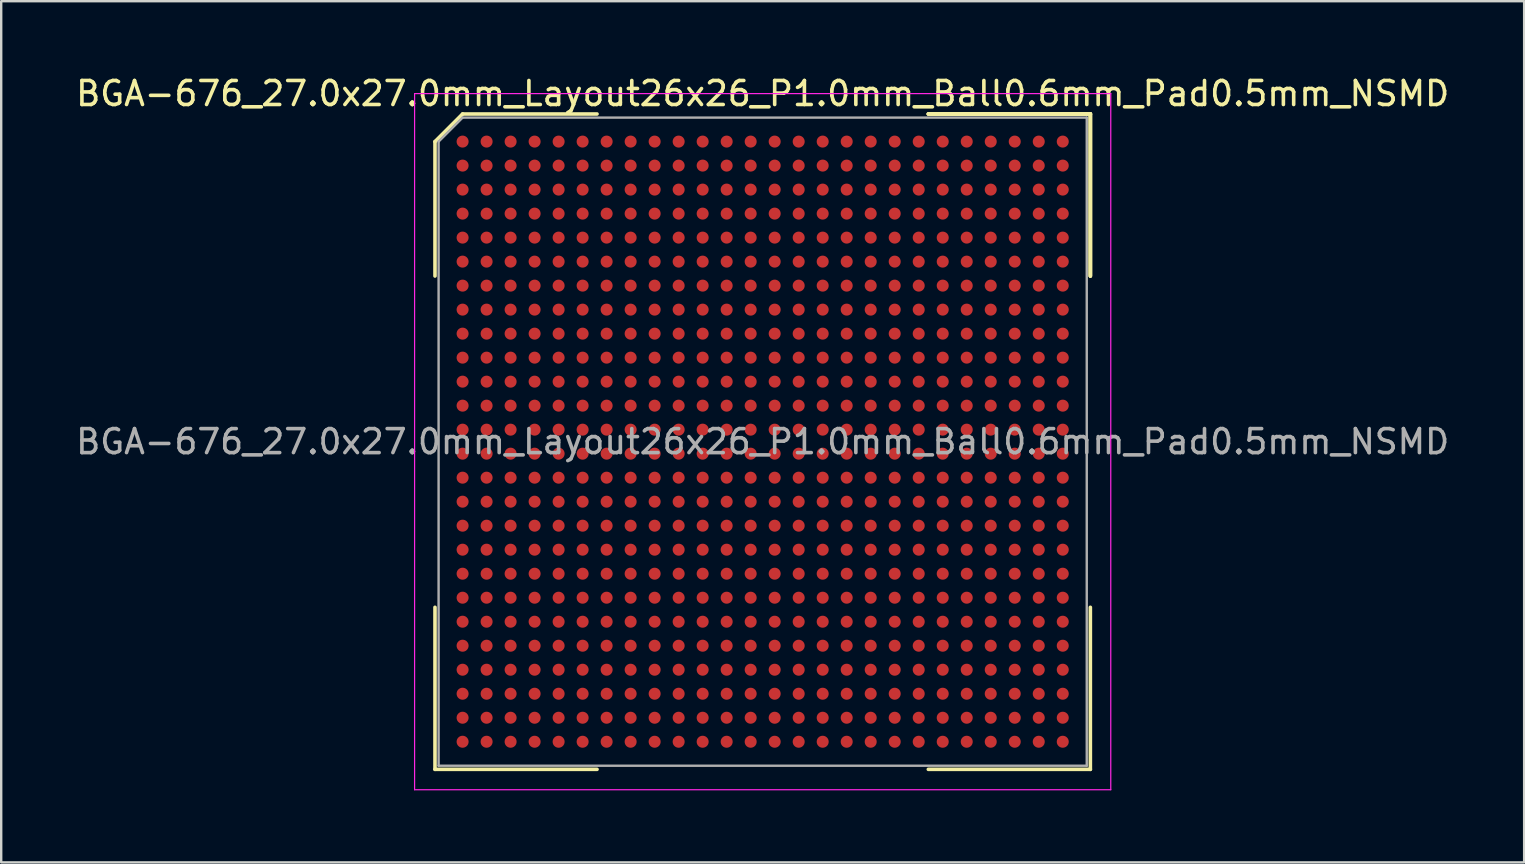
<source format=kicad_pcb>
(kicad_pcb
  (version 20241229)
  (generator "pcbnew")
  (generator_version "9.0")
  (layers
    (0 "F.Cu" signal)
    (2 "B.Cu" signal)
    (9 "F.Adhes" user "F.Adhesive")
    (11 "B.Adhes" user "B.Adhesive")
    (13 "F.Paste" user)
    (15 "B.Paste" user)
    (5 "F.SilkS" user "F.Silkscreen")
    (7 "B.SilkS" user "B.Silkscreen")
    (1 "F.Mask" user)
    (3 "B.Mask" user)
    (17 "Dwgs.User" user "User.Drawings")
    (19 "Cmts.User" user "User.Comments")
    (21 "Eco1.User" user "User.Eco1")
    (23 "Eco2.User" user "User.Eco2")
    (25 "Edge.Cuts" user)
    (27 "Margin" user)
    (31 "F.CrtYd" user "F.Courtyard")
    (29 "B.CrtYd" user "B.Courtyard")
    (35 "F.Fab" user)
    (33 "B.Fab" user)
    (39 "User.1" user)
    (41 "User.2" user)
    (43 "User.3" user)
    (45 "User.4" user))
  (footprint "BGA-676_27.0x27.0mm_Layout26x26_P1.0mm_Ball0.6mm_Pad0.5mm_NSMD"
    (layer "F.Cu")
    (at 28.72 15.348)
    (property "Reference" "BGA-676_27.0x27.0mm_Layout26x26_P1.0mm_Ball0.6mm_Pad0.5mm_NSMD" (at 0 -14.5 0) (layer "F.SilkS") (effects (font (size 1 1) (thickness 0.15))))
    (attr smd)
    (fp_line (start -13.65 -12.5) (end -13.65 -6.9) (stroke (width 0.15) (type solid)) (layer "F.SilkS"))
    (fp_line (start -13.65 13.65) (end -13.65 6.9) (stroke (width 0.15) (type solid)) (layer "F.SilkS"))
    (fp_line (start -12.5 -13.65) (end -13.65 -12.5) (stroke (width 0.15) (type solid)) (layer "F.SilkS"))
    (fp_line (start -6.9 -13.65) (end -12.5 -13.65) (stroke (width 0.15) (type solid)) (layer "F.SilkS"))
    (fp_line (start -6.9 13.65) (end -13.65 13.65) (stroke (width 0.15) (type solid)) (layer "F.SilkS"))
    (fp_line (start 6.9 -13.65) (end 13.65 -13.65) (stroke (width 0.15) (type solid)) (layer "F.SilkS"))
    (fp_line (start 6.9 -13.65) (end 13.65 -13.65) (stroke (width 0.15) (type solid)) (layer "F.SilkS"))
    (fp_line (start 6.9 -13.65) (end 13.65 -13.65) (stroke (width 0.15) (type solid)) (layer "F.SilkS"))
    (fp_line (start 6.9 13.65) (end 13.65 13.65) (stroke (width 0.15) (type solid)) (layer "F.SilkS"))
    (fp_line (start 13.65 -13.65) (end 13.65 -6.9) (stroke (width 0.15) (type solid)) (layer "F.SilkS"))
    (fp_line (start 13.65 -13.65) (end 13.65 -6.9) (stroke (width 0.15) (type solid)) (layer "F.SilkS"))
    (fp_line (start 13.65 -13.65) (end 13.65 -6.9) (stroke (width 0.15) (type solid)) (layer "F.SilkS"))
    (fp_line (start 13.65 13.65) (end 13.65 6.9) (stroke (width 0.15) (type solid)) (layer "F.SilkS"))
    (fp_line (start -14.5 -14.5) (end 14.5 -14.5) (stroke (width 0.05) (type solid)) (layer "F.CrtYd"))
    (fp_line (start -14.5 14.5) (end -14.5 -14.5) (stroke (width 0.05) (type solid)) (layer "F.CrtYd"))
    (fp_line (start 14.5 -14.5) (end 14.5 14.5) (stroke (width 0.05) (type solid)) (layer "F.CrtYd"))
    (fp_line (start 14.5 14.5) (end -14.5 14.5) (stroke (width 0.05) (type solid)) (layer "F.CrtYd"))
    (fp_line (start -13.5 -12.5) (end -13.5 13.5) (stroke (width 0.1) (type solid)) (layer "F.Fab"))
    (fp_line (start -13.5 13.5) (end 13.5 13.5) (stroke (width 0.1) (type solid)) (layer "F.Fab"))
    (fp_line (start -12.5 -13.5) (end -13.5 -12.5) (stroke (width 0.1) (type solid)) (layer "F.Fab"))
    (fp_line (start 13.5 -13.5) (end -12.5 -13.5) (stroke (width 0.1) (type solid)) (layer "F.Fab"))
    (fp_line (start 13.5 13.5) (end 13.5 -13.5) (stroke (width 0.1) (type solid)) (layer "F.Fab"))
    (fp_text user "${REFERENCE}" (at 0 0 0) (layer "F.Fab") (effects (font (size 1 1) (thickness 0.15))))
    (pad "A1" smd circle (at -12.5 -12.5) (size 0.5 0.5) (layers "F.Cu" "F.Mask" "F.Paste"))
    (pad "A2" smd circle (at -11.5 -12.5) (size 0.5 0.5) (layers "F.Cu" "F.Mask" "F.Paste"))
    (pad "A3" smd circle (at -10.5 -12.5) (size 0.5 0.5) (layers "F.Cu" "F.Mask" "F.Paste"))
    (pad "A4" smd circle (at -9.5 -12.5) (size 0.5 0.5) (layers "F.Cu" "F.Mask" "F.Paste"))
    (pad "A5" smd circle (at -8.5 -12.5) (size 0.5 0.5) (layers "F.Cu" "F.Mask" "F.Paste"))
    (pad "A6" smd circle (at -7.5 -12.5) (size 0.5 0.5) (layers "F.Cu" "F.Mask" "F.Paste"))
    (pad "A7" smd circle (at -6.5 -12.5) (size 0.5 0.5) (layers "F.Cu" "F.Mask" "F.Paste"))
    (pad "A8" smd circle (at -5.5 -12.5) (size 0.5 0.5) (layers "F.Cu" "F.Mask" "F.Paste"))
    (pad "A9" smd circle (at -4.5 -12.5) (size 0.5 0.5) (layers "F.Cu" "F.Mask" "F.Paste"))
    (pad "A10" smd circle (at -3.5 -12.5) (size 0.5 0.5) (layers "F.Cu" "F.Mask" "F.Paste"))
    (pad "A11" smd circle (at -2.5 -12.5) (size 0.5 0.5) (layers "F.Cu" "F.Mask" "F.Paste"))
    (pad "A12" smd circle (at -1.5 -12.5) (size 0.5 0.5) (layers "F.Cu" "F.Mask" "F.Paste"))
    (pad "A13" smd circle (at -0.5 -12.5) (size 0.5 0.5) (layers "F.Cu" "F.Mask" "F.Paste"))
    (pad "A14" smd circle (at 0.5 -12.5) (size 0.5 0.5) (layers "F.Cu" "F.Mask" "F.Paste"))
    (pad "A15" smd circle (at 1.5 -12.5) (size 0.5 0.5) (layers "F.Cu" "F.Mask" "F.Paste"))
    (pad "A16" smd circle (at 2.5 -12.5) (size 0.5 0.5) (layers "F.Cu" "F.Mask" "F.Paste"))
    (pad "A17" smd circle (at 3.5 -12.5) (size 0.5 0.5) (layers "F.Cu" "F.Mask" "F.Paste"))
    (pad "A18" smd circle (at 4.5 -12.5) (size 0.5 0.5) (layers "F.Cu" "F.Mask" "F.Paste"))
    (pad "A19" smd circle (at 5.5 -12.5) (size 0.5 0.5) (layers "F.Cu" "F.Mask" "F.Paste"))
    (pad "A20" smd circle (at 6.5 -12.5) (size 0.5 0.5) (layers "F.Cu" "F.Mask" "F.Paste"))
    (pad "A21" smd circle (at 7.5 -12.5) (size 0.5 0.5) (layers "F.Cu" "F.Mask" "F.Paste"))
    (pad "A22" smd circle (at 8.5 -12.5) (size 0.5 0.5) (layers "F.Cu" "F.Mask" "F.Paste"))
    (pad "A23" smd circle (at 9.5 -12.5) (size 0.5 0.5) (layers "F.Cu" "F.Mask" "F.Paste"))
    (pad "A24" smd circle (at 10.5 -12.5) (size 0.5 0.5) (layers "F.Cu" "F.Mask" "F.Paste"))
    (pad "A25" smd circle (at 11.5 -12.5) (size 0.5 0.5) (layers "F.Cu" "F.Mask" "F.Paste"))
    (pad "A26" smd circle (at 12.5 -12.5) (size 0.5 0.5) (layers "F.Cu" "F.Mask" "F.Paste"))
    (pad "AA1" smd circle (at -12.5 7.5) (size 0.5 0.5) (layers "F.Cu" "F.Mask" "F.Paste"))
    (pad "AA2" smd circle (at -11.5 7.5) (size 0.5 0.5) (layers "F.Cu" "F.Mask" "F.Paste"))
    (pad "AA3" smd circle (at -10.5 7.5) (size 0.5 0.5) (layers "F.Cu" "F.Mask" "F.Paste"))
    (pad "AA4" smd circle (at -9.5 7.5) (size 0.5 0.5) (layers "F.Cu" "F.Mask" "F.Paste"))
    (pad "AA5" smd circle (at -8.5 7.5) (size 0.5 0.5) (layers "F.Cu" "F.Mask" "F.Paste"))
    (pad "AA6" smd circle (at -7.5 7.5) (size 0.5 0.5) (layers "F.Cu" "F.Mask" "F.Paste"))
    (pad "AA7" smd circle (at -6.5 7.5) (size 0.5 0.5) (layers "F.Cu" "F.Mask" "F.Paste"))
    (pad "AA8" smd circle (at -5.5 7.5) (size 0.5 0.5) (layers "F.Cu" "F.Mask" "F.Paste"))
    (pad "AA9" smd circle (at -4.5 7.5) (size 0.5 0.5) (layers "F.Cu" "F.Mask" "F.Paste"))
    (pad "AA10" smd circle (at -3.5 7.5) (size 0.5 0.5) (layers "F.Cu" "F.Mask" "F.Paste"))
    (pad "AA11" smd circle (at -2.5 7.5) (size 0.5 0.5) (layers "F.Cu" "F.Mask" "F.Paste"))
    (pad "AA12" smd circle (at -1.5 7.5) (size 0.5 0.5) (layers "F.Cu" "F.Mask" "F.Paste"))
    (pad "AA13" smd circle (at -0.5 7.5) (size 0.5 0.5) (layers "F.Cu" "F.Mask" "F.Paste"))
    (pad "AA14" smd circle (at 0.5 7.5) (size 0.5 0.5) (layers "F.Cu" "F.Mask" "F.Paste"))
    (pad "AA15" smd circle (at 1.5 7.5) (size 0.5 0.5) (layers "F.Cu" "F.Mask" "F.Paste"))
    (pad "AA16" smd circle (at 2.5 7.5) (size 0.5 0.5) (layers "F.Cu" "F.Mask" "F.Paste"))
    (pad "AA17" smd circle (at 3.5 7.5) (size 0.5 0.5) (layers "F.Cu" "F.Mask" "F.Paste"))
    (pad "AA18" smd circle (at 4.5 7.5) (size 0.5 0.5) (layers "F.Cu" "F.Mask" "F.Paste"))
    (pad "AA19" smd circle (at 5.5 7.5) (size 0.5 0.5) (layers "F.Cu" "F.Mask" "F.Paste"))
    (pad "AA20" smd circle (at 6.5 7.5) (size 0.5 0.5) (layers "F.Cu" "F.Mask" "F.Paste"))
    (pad "AA21" smd circle (at 7.5 7.5) (size 0.5 0.5) (layers "F.Cu" "F.Mask" "F.Paste"))
    (pad "AA22" smd circle (at 8.5 7.5) (size 0.5 0.5) (layers "F.Cu" "F.Mask" "F.Paste"))
    (pad "AA23" smd circle (at 9.5 7.5) (size 0.5 0.5) (layers "F.Cu" "F.Mask" "F.Paste"))
    (pad "AA24" smd circle (at 10.5 7.5) (size 0.5 0.5) (layers "F.Cu" "F.Mask" "F.Paste"))
    (pad "AA25" smd circle (at 11.5 7.5) (size 0.5 0.5) (layers "F.Cu" "F.Mask" "F.Paste"))
    (pad "AA26" smd circle (at 12.5 7.5) (size 0.5 0.5) (layers "F.Cu" "F.Mask" "F.Paste"))
    (pad "AB1" smd circle (at -12.5 8.5) (size 0.5 0.5) (layers "F.Cu" "F.Mask" "F.Paste"))
    (pad "AB2" smd circle (at -11.5 8.5) (size 0.5 0.5) (layers "F.Cu" "F.Mask" "F.Paste"))
    (pad "AB3" smd circle (at -10.5 8.5) (size 0.5 0.5) (layers "F.Cu" "F.Mask" "F.Paste"))
    (pad "AB4" smd circle (at -9.5 8.5) (size 0.5 0.5) (layers "F.Cu" "F.Mask" "F.Paste"))
    (pad "AB5" smd circle (at -8.5 8.5) (size 0.5 0.5) (layers "F.Cu" "F.Mask" "F.Paste"))
    (pad "AB6" smd circle (at -7.5 8.5) (size 0.5 0.5) (layers "F.Cu" "F.Mask" "F.Paste"))
    (pad "AB7" smd circle (at -6.5 8.5) (size 0.5 0.5) (layers "F.Cu" "F.Mask" "F.Paste"))
    (pad "AB8" smd circle (at -5.5 8.5) (size 0.5 0.5) (layers "F.Cu" "F.Mask" "F.Paste"))
    (pad "AB9" smd circle (at -4.5 8.5) (size 0.5 0.5) (layers "F.Cu" "F.Mask" "F.Paste"))
    (pad "AB10" smd circle (at -3.5 8.5) (size 0.5 0.5) (layers "F.Cu" "F.Mask" "F.Paste"))
    (pad "AB11" smd circle (at -2.5 8.5) (size 0.5 0.5) (layers "F.Cu" "F.Mask" "F.Paste"))
    (pad "AB12" smd circle (at -1.5 8.5) (size 0.5 0.5) (layers "F.Cu" "F.Mask" "F.Paste"))
    (pad "AB13" smd circle (at -0.5 8.5) (size 0.5 0.5) (layers "F.Cu" "F.Mask" "F.Paste"))
    (pad "AB14" smd circle (at 0.5 8.5) (size 0.5 0.5) (layers "F.Cu" "F.Mask" "F.Paste"))
    (pad "AB15" smd circle (at 1.5 8.5) (size 0.5 0.5) (layers "F.Cu" "F.Mask" "F.Paste"))
    (pad "AB16" smd circle (at 2.5 8.5) (size 0.5 0.5) (layers "F.Cu" "F.Mask" "F.Paste"))
    (pad "AB17" smd circle (at 3.5 8.5) (size 0.5 0.5) (layers "F.Cu" "F.Mask" "F.Paste"))
    (pad "AB18" smd circle (at 4.5 8.5) (size 0.5 0.5) (layers "F.Cu" "F.Mask" "F.Paste"))
    (pad "AB19" smd circle (at 5.5 8.5) (size 0.5 0.5) (layers "F.Cu" "F.Mask" "F.Paste"))
    (pad "AB20" smd circle (at 6.5 8.5) (size 0.5 0.5) (layers "F.Cu" "F.Mask" "F.Paste"))
    (pad "AB21" smd circle (at 7.5 8.5) (size 0.5 0.5) (layers "F.Cu" "F.Mask" "F.Paste"))
    (pad "AB22" smd circle (at 8.5 8.5) (size 0.5 0.5) (layers "F.Cu" "F.Mask" "F.Paste"))
    (pad "AB23" smd circle (at 9.5 8.5) (size 0.5 0.5) (layers "F.Cu" "F.Mask" "F.Paste"))
    (pad "AB24" smd circle (at 10.5 8.5) (size 0.5 0.5) (layers "F.Cu" "F.Mask" "F.Paste"))
    (pad "AB25" smd circle (at 11.5 8.5) (size 0.5 0.5) (layers "F.Cu" "F.Mask" "F.Paste"))
    (pad "AB26" smd circle (at 12.5 8.5) (size 0.5 0.5) (layers "F.Cu" "F.Mask" "F.Paste"))
    (pad "AC1" smd circle (at -12.5 9.5) (size 0.5 0.5) (layers "F.Cu" "F.Mask" "F.Paste"))
    (pad "AC2" smd circle (at -11.5 9.5) (size 0.5 0.5) (layers "F.Cu" "F.Mask" "F.Paste"))
    (pad "AC3" smd circle (at -10.5 9.5) (size 0.5 0.5) (layers "F.Cu" "F.Mask" "F.Paste"))
    (pad "AC4" smd circle (at -9.5 9.5) (size 0.5 0.5) (layers "F.Cu" "F.Mask" "F.Paste"))
    (pad "AC5" smd circle (at -8.5 9.5) (size 0.5 0.5) (layers "F.Cu" "F.Mask" "F.Paste"))
    (pad "AC6" smd circle (at -7.5 9.5) (size 0.5 0.5) (layers "F.Cu" "F.Mask" "F.Paste"))
    (pad "AC7" smd circle (at -6.5 9.5) (size 0.5 0.5) (layers "F.Cu" "F.Mask" "F.Paste"))
    (pad "AC8" smd circle (at -5.5 9.5) (size 0.5 0.5) (layers "F.Cu" "F.Mask" "F.Paste"))
    (pad "AC9" smd circle (at -4.5 9.5) (size 0.5 0.5) (layers "F.Cu" "F.Mask" "F.Paste"))
    (pad "AC10" smd circle (at -3.5 9.5) (size 0.5 0.5) (layers "F.Cu" "F.Mask" "F.Paste"))
    (pad "AC11" smd circle (at -2.5 9.5) (size 0.5 0.5) (layers "F.Cu" "F.Mask" "F.Paste"))
    (pad "AC12" smd circle (at -1.5 9.5) (size 0.5 0.5) (layers "F.Cu" "F.Mask" "F.Paste"))
    (pad "AC13" smd circle (at -0.5 9.5) (size 0.5 0.5) (layers "F.Cu" "F.Mask" "F.Paste"))
    (pad "AC14" smd circle (at 0.5 9.5) (size 0.5 0.5) (layers "F.Cu" "F.Mask" "F.Paste"))
    (pad "AC15" smd circle (at 1.5 9.5) (size 0.5 0.5) (layers "F.Cu" "F.Mask" "F.Paste"))
    (pad "AC16" smd circle (at 2.5 9.5) (size 0.5 0.5) (layers "F.Cu" "F.Mask" "F.Paste"))
    (pad "AC17" smd circle (at 3.5 9.5) (size 0.5 0.5) (layers "F.Cu" "F.Mask" "F.Paste"))
    (pad "AC18" smd circle (at 4.5 9.5) (size 0.5 0.5) (layers "F.Cu" "F.Mask" "F.Paste"))
    (pad "AC19" smd circle (at 5.5 9.5) (size 0.5 0.5) (layers "F.Cu" "F.Mask" "F.Paste"))
    (pad "AC20" smd circle (at 6.5 9.5) (size 0.5 0.5) (layers "F.Cu" "F.Mask" "F.Paste"))
    (pad "AC21" smd circle (at 7.5 9.5) (size 0.5 0.5) (layers "F.Cu" "F.Mask" "F.Paste"))
    (pad "AC22" smd circle (at 8.5 9.5) (size 0.5 0.5) (layers "F.Cu" "F.Mask" "F.Paste"))
    (pad "AC23" smd circle (at 9.5 9.5) (size 0.5 0.5) (layers "F.Cu" "F.Mask" "F.Paste"))
    (pad "AC24" smd circle (at 10.5 9.5) (size 0.5 0.5) (layers "F.Cu" "F.Mask" "F.Paste"))
    (pad "AC25" smd circle (at 11.5 9.5) (size 0.5 0.5) (layers "F.Cu" "F.Mask" "F.Paste"))
    (pad "AC26" smd circle (at 12.5 9.5) (size 0.5 0.5) (layers "F.Cu" "F.Mask" "F.Paste"))
    (pad "AD1" smd circle (at -12.5 10.5) (size 0.5 0.5) (layers "F.Cu" "F.Mask" "F.Paste"))
    (pad "AD2" smd circle (at -11.5 10.5) (size 0.5 0.5) (layers "F.Cu" "F.Mask" "F.Paste"))
    (pad "AD3" smd circle (at -10.5 10.5) (size 0.5 0.5) (layers "F.Cu" "F.Mask" "F.Paste"))
    (pad "AD4" smd circle (at -9.5 10.5) (size 0.5 0.5) (layers "F.Cu" "F.Mask" "F.Paste"))
    (pad "AD5" smd circle (at -8.5 10.5) (size 0.5 0.5) (layers "F.Cu" "F.Mask" "F.Paste"))
    (pad "AD6" smd circle (at -7.5 10.5) (size 0.5 0.5) (layers "F.Cu" "F.Mask" "F.Paste"))
    (pad "AD7" smd circle (at -6.5 10.5) (size 0.5 0.5) (layers "F.Cu" "F.Mask" "F.Paste"))
    (pad "AD8" smd circle (at -5.5 10.5) (size 0.5 0.5) (layers "F.Cu" "F.Mask" "F.Paste"))
    (pad "AD9" smd circle (at -4.5 10.5) (size 0.5 0.5) (layers "F.Cu" "F.Mask" "F.Paste"))
    (pad "AD10" smd circle (at -3.5 10.5) (size 0.5 0.5) (layers "F.Cu" "F.Mask" "F.Paste"))
    (pad "AD11" smd circle (at -2.5 10.5) (size 0.5 0.5) (layers "F.Cu" "F.Mask" "F.Paste"))
    (pad "AD12" smd circle (at -1.5 10.5) (size 0.5 0.5) (layers "F.Cu" "F.Mask" "F.Paste"))
    (pad "AD13" smd circle (at -0.5 10.5) (size 0.5 0.5) (layers "F.Cu" "F.Mask" "F.Paste"))
    (pad "AD14" smd circle (at 0.5 10.5) (size 0.5 0.5) (layers "F.Cu" "F.Mask" "F.Paste"))
    (pad "AD15" smd circle (at 1.5 10.5) (size 0.5 0.5) (layers "F.Cu" "F.Mask" "F.Paste"))
    (pad "AD16" smd circle (at 2.5 10.5) (size 0.5 0.5) (layers "F.Cu" "F.Mask" "F.Paste"))
    (pad "AD17" smd circle (at 3.5 10.5) (size 0.5 0.5) (layers "F.Cu" "F.Mask" "F.Paste"))
    (pad "AD18" smd circle (at 4.5 10.5) (size 0.5 0.5) (layers "F.Cu" "F.Mask" "F.Paste"))
    (pad "AD19" smd circle (at 5.5 10.5) (size 0.5 0.5) (layers "F.Cu" "F.Mask" "F.Paste"))
    (pad "AD20" smd circle (at 6.5 10.5) (size 0.5 0.5) (layers "F.Cu" "F.Mask" "F.Paste"))
    (pad "AD21" smd circle (at 7.5 10.5) (size 0.5 0.5) (layers "F.Cu" "F.Mask" "F.Paste"))
    (pad "AD22" smd circle (at 8.5 10.5) (size 0.5 0.5) (layers "F.Cu" "F.Mask" "F.Paste"))
    (pad "AD23" smd circle (at 9.5 10.5) (size 0.5 0.5) (layers "F.Cu" "F.Mask" "F.Paste"))
    (pad "AD24" smd circle (at 10.5 10.5) (size 0.5 0.5) (layers "F.Cu" "F.Mask" "F.Paste"))
    (pad "AD25" smd circle (at 11.5 10.5) (size 0.5 0.5) (layers "F.Cu" "F.Mask" "F.Paste"))
    (pad "AD26" smd circle (at 12.5 10.5) (size 0.5 0.5) (layers "F.Cu" "F.Mask" "F.Paste"))
    (pad "AE1" smd circle (at -12.5 11.5) (size 0.5 0.5) (layers "F.Cu" "F.Mask" "F.Paste"))
    (pad "AE2" smd circle (at -11.5 11.5) (size 0.5 0.5) (layers "F.Cu" "F.Mask" "F.Paste"))
    (pad "AE3" smd circle (at -10.5 11.5) (size 0.5 0.5) (layers "F.Cu" "F.Mask" "F.Paste"))
    (pad "AE4" smd circle (at -9.5 11.5) (size 0.5 0.5) (layers "F.Cu" "F.Mask" "F.Paste"))
    (pad "AE5" smd circle (at -8.5 11.5) (size 0.5 0.5) (layers "F.Cu" "F.Mask" "F.Paste"))
    (pad "AE6" smd circle (at -7.5 11.5) (size 0.5 0.5) (layers "F.Cu" "F.Mask" "F.Paste"))
    (pad "AE7" smd circle (at -6.5 11.5) (size 0.5 0.5) (layers "F.Cu" "F.Mask" "F.Paste"))
    (pad "AE8" smd circle (at -5.5 11.5) (size 0.5 0.5) (layers "F.Cu" "F.Mask" "F.Paste"))
    (pad "AE9" smd circle (at -4.5 11.5) (size 0.5 0.5) (layers "F.Cu" "F.Mask" "F.Paste"))
    (pad "AE10" smd circle (at -3.5 11.5) (size 0.5 0.5) (layers "F.Cu" "F.Mask" "F.Paste"))
    (pad "AE11" smd circle (at -2.5 11.5) (size 0.5 0.5) (layers "F.Cu" "F.Mask" "F.Paste"))
    (pad "AE12" smd circle (at -1.5 11.5) (size 0.5 0.5) (layers "F.Cu" "F.Mask" "F.Paste"))
    (pad "AE13" smd circle (at -0.5 11.5) (size 0.5 0.5) (layers "F.Cu" "F.Mask" "F.Paste"))
    (pad "AE14" smd circle (at 0.5 11.5) (size 0.5 0.5) (layers "F.Cu" "F.Mask" "F.Paste"))
    (pad "AE15" smd circle (at 1.5 11.5) (size 0.5 0.5) (layers "F.Cu" "F.Mask" "F.Paste"))
    (pad "AE16" smd circle (at 2.5 11.5) (size 0.5 0.5) (layers "F.Cu" "F.Mask" "F.Paste"))
    (pad "AE17" smd circle (at 3.5 11.5) (size 0.5 0.5) (layers "F.Cu" "F.Mask" "F.Paste"))
    (pad "AE18" smd circle (at 4.5 11.5) (size 0.5 0.5) (layers "F.Cu" "F.Mask" "F.Paste"))
    (pad "AE19" smd circle (at 5.5 11.5) (size 0.5 0.5) (layers "F.Cu" "F.Mask" "F.Paste"))
    (pad "AE20" smd circle (at 6.5 11.5) (size 0.5 0.5) (layers "F.Cu" "F.Mask" "F.Paste"))
    (pad "AE21" smd circle (at 7.5 11.5) (size 0.5 0.5) (layers "F.Cu" "F.Mask" "F.Paste"))
    (pad "AE22" smd circle (at 8.5 11.5) (size 0.5 0.5) (layers "F.Cu" "F.Mask" "F.Paste"))
    (pad "AE23" smd circle (at 9.5 11.5) (size 0.5 0.5) (layers "F.Cu" "F.Mask" "F.Paste"))
    (pad "AE24" smd circle (at 10.5 11.5) (size 0.5 0.5) (layers "F.Cu" "F.Mask" "F.Paste"))
    (pad "AE25" smd circle (at 11.5 11.5) (size 0.5 0.5) (layers "F.Cu" "F.Mask" "F.Paste"))
    (pad "AE26" smd circle (at 12.5 11.5) (size 0.5 0.5) (layers "F.Cu" "F.Mask" "F.Paste"))
    (pad "AF1" smd circle (at -12.5 12.5) (size 0.5 0.5) (layers "F.Cu" "F.Mask" "F.Paste"))
    (pad "AF2" smd circle (at -11.5 12.5) (size 0.5 0.5) (layers "F.Cu" "F.Mask" "F.Paste"))
    (pad "AF3" smd circle (at -10.5 12.5) (size 0.5 0.5) (layers "F.Cu" "F.Mask" "F.Paste"))
    (pad "AF4" smd circle (at -9.5 12.5) (size 0.5 0.5) (layers "F.Cu" "F.Mask" "F.Paste"))
    (pad "AF5" smd circle (at -8.5 12.5) (size 0.5 0.5) (layers "F.Cu" "F.Mask" "F.Paste"))
    (pad "AF6" smd circle (at -7.5 12.5) (size 0.5 0.5) (layers "F.Cu" "F.Mask" "F.Paste"))
    (pad "AF7" smd circle (at -6.5 12.5) (size 0.5 0.5) (layers "F.Cu" "F.Mask" "F.Paste"))
    (pad "AF8" smd circle (at -5.5 12.5) (size 0.5 0.5) (layers "F.Cu" "F.Mask" "F.Paste"))
    (pad "AF9" smd circle (at -4.5 12.5) (size 0.5 0.5) (layers "F.Cu" "F.Mask" "F.Paste"))
    (pad "AF10" smd circle (at -3.5 12.5) (size 0.5 0.5) (layers "F.Cu" "F.Mask" "F.Paste"))
    (pad "AF11" smd circle (at -2.5 12.5) (size 0.5 0.5) (layers "F.Cu" "F.Mask" "F.Paste"))
    (pad "AF12" smd circle (at -1.5 12.5) (size 0.5 0.5) (layers "F.Cu" "F.Mask" "F.Paste"))
    (pad "AF13" smd circle (at -0.5 12.5) (size 0.5 0.5) (layers "F.Cu" "F.Mask" "F.Paste"))
    (pad "AF14" smd circle (at 0.5 12.5) (size 0.5 0.5) (layers "F.Cu" "F.Mask" "F.Paste"))
    (pad "AF15" smd circle (at 1.5 12.5) (size 0.5 0.5) (layers "F.Cu" "F.Mask" "F.Paste"))
    (pad "AF16" smd circle (at 2.5 12.5) (size 0.5 0.5) (layers "F.Cu" "F.Mask" "F.Paste"))
    (pad "AF17" smd circle (at 3.5 12.5) (size 0.5 0.5) (layers "F.Cu" "F.Mask" "F.Paste"))
    (pad "AF18" smd circle (at 4.5 12.5) (size 0.5 0.5) (layers "F.Cu" "F.Mask" "F.Paste"))
    (pad "AF19" smd circle (at 5.5 12.5) (size 0.5 0.5) (layers "F.Cu" "F.Mask" "F.Paste"))
    (pad "AF20" smd circle (at 6.5 12.5) (size 0.5 0.5) (layers "F.Cu" "F.Mask" "F.Paste"))
    (pad "AF21" smd circle (at 7.5 12.5) (size 0.5 0.5) (layers "F.Cu" "F.Mask" "F.Paste"))
    (pad "AF22" smd circle (at 8.5 12.5) (size 0.5 0.5) (layers "F.Cu" "F.Mask" "F.Paste"))
    (pad "AF23" smd circle (at 9.5 12.5) (size 0.5 0.5) (layers "F.Cu" "F.Mask" "F.Paste"))
    (pad "AF24" smd circle (at 10.5 12.5) (size 0.5 0.5) (layers "F.Cu" "F.Mask" "F.Paste"))
    (pad "AF25" smd circle (at 11.5 12.5) (size 0.5 0.5) (layers "F.Cu" "F.Mask" "F.Paste"))
    (pad "AF26" smd circle (at 12.5 12.5) (size 0.5 0.5) (layers "F.Cu" "F.Mask" "F.Paste"))
    (pad "B1" smd circle (at -12.5 -11.5) (size 0.5 0.5) (layers "F.Cu" "F.Mask" "F.Paste"))
    (pad "B2" smd circle (at -11.5 -11.5) (size 0.5 0.5) (layers "F.Cu" "F.Mask" "F.Paste"))
    (pad "B3" smd circle (at -10.5 -11.5) (size 0.5 0.5) (layers "F.Cu" "F.Mask" "F.Paste"))
    (pad "B4" smd circle (at -9.5 -11.5) (size 0.5 0.5) (layers "F.Cu" "F.Mask" "F.Paste"))
    (pad "B5" smd circle (at -8.5 -11.5) (size 0.5 0.5) (layers "F.Cu" "F.Mask" "F.Paste"))
    (pad "B6" smd circle (at -7.5 -11.5) (size 0.5 0.5) (layers "F.Cu" "F.Mask" "F.Paste"))
    (pad "B7" smd circle (at -6.5 -11.5) (size 0.5 0.5) (layers "F.Cu" "F.Mask" "F.Paste"))
    (pad "B8" smd circle (at -5.5 -11.5) (size 0.5 0.5) (layers "F.Cu" "F.Mask" "F.Paste"))
    (pad "B9" smd circle (at -4.5 -11.5) (size 0.5 0.5) (layers "F.Cu" "F.Mask" "F.Paste"))
    (pad "B10" smd circle (at -3.5 -11.5) (size 0.5 0.5) (layers "F.Cu" "F.Mask" "F.Paste"))
    (pad "B11" smd circle (at -2.5 -11.5) (size 0.5 0.5) (layers "F.Cu" "F.Mask" "F.Paste"))
    (pad "B12" smd circle (at -1.5 -11.5) (size 0.5 0.5) (layers "F.Cu" "F.Mask" "F.Paste"))
    (pad "B13" smd circle (at -0.5 -11.5) (size 0.5 0.5) (layers "F.Cu" "F.Mask" "F.Paste"))
    (pad "B14" smd circle (at 0.5 -11.5) (size 0.5 0.5) (layers "F.Cu" "F.Mask" "F.Paste"))
    (pad "B15" smd circle (at 1.5 -11.5) (size 0.5 0.5) (layers "F.Cu" "F.Mask" "F.Paste"))
    (pad "B16" smd circle (at 2.5 -11.5) (size 0.5 0.5) (layers "F.Cu" "F.Mask" "F.Paste"))
    (pad "B17" smd circle (at 3.5 -11.5) (size 0.5 0.5) (layers "F.Cu" "F.Mask" "F.Paste"))
    (pad "B18" smd circle (at 4.5 -11.5) (size 0.5 0.5) (layers "F.Cu" "F.Mask" "F.Paste"))
    (pad "B19" smd circle (at 5.5 -11.5) (size 0.5 0.5) (layers "F.Cu" "F.Mask" "F.Paste"))
    (pad "B20" smd circle (at 6.5 -11.5) (size 0.5 0.5) (layers "F.Cu" "F.Mask" "F.Paste"))
    (pad "B21" smd circle (at 7.5 -11.5) (size 0.5 0.5) (layers "F.Cu" "F.Mask" "F.Paste"))
    (pad "B22" smd circle (at 8.5 -11.5) (size 0.5 0.5) (layers "F.Cu" "F.Mask" "F.Paste"))
    (pad "B23" smd circle (at 9.5 -11.5) (size 0.5 0.5) (layers "F.Cu" "F.Mask" "F.Paste"))
    (pad "B24" smd circle (at 10.5 -11.5) (size 0.5 0.5) (layers "F.Cu" "F.Mask" "F.Paste"))
    (pad "B25" smd circle (at 11.5 -11.5) (size 0.5 0.5) (layers "F.Cu" "F.Mask" "F.Paste"))
    (pad "B26" smd circle (at 12.5 -11.5) (size 0.5 0.5) (layers "F.Cu" "F.Mask" "F.Paste"))
    (pad "C1" smd circle (at -12.5 -10.5) (size 0.5 0.5) (layers "F.Cu" "F.Mask" "F.Paste"))
    (pad "C2" smd circle (at -11.5 -10.5) (size 0.5 0.5) (layers "F.Cu" "F.Mask" "F.Paste"))
    (pad "C3" smd circle (at -10.5 -10.5) (size 0.5 0.5) (layers "F.Cu" "F.Mask" "F.Paste"))
    (pad "C4" smd circle (at -9.5 -10.5) (size 0.5 0.5) (layers "F.Cu" "F.Mask" "F.Paste"))
    (pad "C5" smd circle (at -8.5 -10.5) (size 0.5 0.5) (layers "F.Cu" "F.Mask" "F.Paste"))
    (pad "C6" smd circle (at -7.5 -10.5) (size 0.5 0.5) (layers "F.Cu" "F.Mask" "F.Paste"))
    (pad "C7" smd circle (at -6.5 -10.5) (size 0.5 0.5) (layers "F.Cu" "F.Mask" "F.Paste"))
    (pad "C8" smd circle (at -5.5 -10.5) (size 0.5 0.5) (layers "F.Cu" "F.Mask" "F.Paste"))
    (pad "C9" smd circle (at -4.5 -10.5) (size 0.5 0.5) (layers "F.Cu" "F.Mask" "F.Paste"))
    (pad "C10" smd circle (at -3.5 -10.5) (size 0.5 0.5) (layers "F.Cu" "F.Mask" "F.Paste"))
    (pad "C11" smd circle (at -2.5 -10.5) (size 0.5 0.5) (layers "F.Cu" "F.Mask" "F.Paste"))
    (pad "C12" smd circle (at -1.5 -10.5) (size 0.5 0.5) (layers "F.Cu" "F.Mask" "F.Paste"))
    (pad "C13" smd circle (at -0.5 -10.5) (size 0.5 0.5) (layers "F.Cu" "F.Mask" "F.Paste"))
    (pad "C14" smd circle (at 0.5 -10.5) (size 0.5 0.5) (layers "F.Cu" "F.Mask" "F.Paste"))
    (pad "C15" smd circle (at 1.5 -10.5) (size 0.5 0.5) (layers "F.Cu" "F.Mask" "F.Paste"))
    (pad "C16" smd circle (at 2.5 -10.5) (size 0.5 0.5) (layers "F.Cu" "F.Mask" "F.Paste"))
    (pad "C17" smd circle (at 3.5 -10.5) (size 0.5 0.5) (layers "F.Cu" "F.Mask" "F.Paste"))
    (pad "C18" smd circle (at 4.5 -10.5) (size 0.5 0.5) (layers "F.Cu" "F.Mask" "F.Paste"))
    (pad "C19" smd circle (at 5.5 -10.5) (size 0.5 0.5) (layers "F.Cu" "F.Mask" "F.Paste"))
    (pad "C20" smd circle (at 6.5 -10.5) (size 0.5 0.5) (layers "F.Cu" "F.Mask" "F.Paste"))
    (pad "C21" smd circle (at 7.5 -10.5) (size 0.5 0.5) (layers "F.Cu" "F.Mask" "F.Paste"))
    (pad "C22" smd circle (at 8.5 -10.5) (size 0.5 0.5) (layers "F.Cu" "F.Mask" "F.Paste"))
    (pad "C23" smd circle (at 9.5 -10.5) (size 0.5 0.5) (layers "F.Cu" "F.Mask" "F.Paste"))
    (pad "C24" smd circle (at 10.5 -10.5) (size 0.5 0.5) (layers "F.Cu" "F.Mask" "F.Paste"))
    (pad "C25" smd circle (at 11.5 -10.5) (size 0.5 0.5) (layers "F.Cu" "F.Mask" "F.Paste"))
    (pad "C26" smd circle (at 12.5 -10.5) (size 0.5 0.5) (layers "F.Cu" "F.Mask" "F.Paste"))
    (pad "D1" smd circle (at -12.5 -9.5) (size 0.5 0.5) (layers "F.Cu" "F.Mask" "F.Paste"))
    (pad "D2" smd circle (at -11.5 -9.5) (size 0.5 0.5) (layers "F.Cu" "F.Mask" "F.Paste"))
    (pad "D3" smd circle (at -10.5 -9.5) (size 0.5 0.5) (layers "F.Cu" "F.Mask" "F.Paste"))
    (pad "D4" smd circle (at -9.5 -9.5) (size 0.5 0.5) (layers "F.Cu" "F.Mask" "F.Paste"))
    (pad "D5" smd circle (at -8.5 -9.5) (size 0.5 0.5) (layers "F.Cu" "F.Mask" "F.Paste"))
    (pad "D6" smd circle (at -7.5 -9.5) (size 0.5 0.5) (layers "F.Cu" "F.Mask" "F.Paste"))
    (pad "D7" smd circle (at -6.5 -9.5) (size 0.5 0.5) (layers "F.Cu" "F.Mask" "F.Paste"))
    (pad "D8" smd circle (at -5.5 -9.5) (size 0.5 0.5) (layers "F.Cu" "F.Mask" "F.Paste"))
    (pad "D9" smd circle (at -4.5 -9.5) (size 0.5 0.5) (layers "F.Cu" "F.Mask" "F.Paste"))
    (pad "D10" smd circle (at -3.5 -9.5) (size 0.5 0.5) (layers "F.Cu" "F.Mask" "F.Paste"))
    (pad "D11" smd circle (at -2.5 -9.5) (size 0.5 0.5) (layers "F.Cu" "F.Mask" "F.Paste"))
    (pad "D12" smd circle (at -1.5 -9.5) (size 0.5 0.5) (layers "F.Cu" "F.Mask" "F.Paste"))
    (pad "D13" smd circle (at -0.5 -9.5) (size 0.5 0.5) (layers "F.Cu" "F.Mask" "F.Paste"))
    (pad "D14" smd circle (at 0.5 -9.5) (size 0.5 0.5) (layers "F.Cu" "F.Mask" "F.Paste"))
    (pad "D15" smd circle (at 1.5 -9.5) (size 0.5 0.5) (layers "F.Cu" "F.Mask" "F.Paste"))
    (pad "D16" smd circle (at 2.5 -9.5) (size 0.5 0.5) (layers "F.Cu" "F.Mask" "F.Paste"))
    (pad "D17" smd circle (at 3.5 -9.5) (size 0.5 0.5) (layers "F.Cu" "F.Mask" "F.Paste"))
    (pad "D18" smd circle (at 4.5 -9.5) (size 0.5 0.5) (layers "F.Cu" "F.Mask" "F.Paste"))
    (pad "D19" smd circle (at 5.5 -9.5) (size 0.5 0.5) (layers "F.Cu" "F.Mask" "F.Paste"))
    (pad "D20" smd circle (at 6.5 -9.5) (size 0.5 0.5) (layers "F.Cu" "F.Mask" "F.Paste"))
    (pad "D21" smd circle (at 7.5 -9.5) (size 0.5 0.5) (layers "F.Cu" "F.Mask" "F.Paste"))
    (pad "D22" smd circle (at 8.5 -9.5) (size 0.5 0.5) (layers "F.Cu" "F.Mask" "F.Paste"))
    (pad "D23" smd circle (at 9.5 -9.5) (size 0.5 0.5) (layers "F.Cu" "F.Mask" "F.Paste"))
    (pad "D24" smd circle (at 10.5 -9.5) (size 0.5 0.5) (layers "F.Cu" "F.Mask" "F.Paste"))
    (pad "D25" smd circle (at 11.5 -9.5) (size 0.5 0.5) (layers "F.Cu" "F.Mask" "F.Paste"))
    (pad "D26" smd circle (at 12.5 -9.5) (size 0.5 0.5) (layers "F.Cu" "F.Mask" "F.Paste"))
    (pad "E1" smd circle (at -12.5 -8.5) (size 0.5 0.5) (layers "F.Cu" "F.Mask" "F.Paste"))
    (pad "E2" smd circle (at -11.5 -8.5) (size 0.5 0.5) (layers "F.Cu" "F.Mask" "F.Paste"))
    (pad "E3" smd circle (at -10.5 -8.5) (size 0.5 0.5) (layers "F.Cu" "F.Mask" "F.Paste"))
    (pad "E4" smd circle (at -9.5 -8.5) (size 0.5 0.5) (layers "F.Cu" "F.Mask" "F.Paste"))
    (pad "E5" smd circle (at -8.5 -8.5) (size 0.5 0.5) (layers "F.Cu" "F.Mask" "F.Paste"))
    (pad "E6" smd circle (at -7.5 -8.5) (size 0.5 0.5) (layers "F.Cu" "F.Mask" "F.Paste"))
    (pad "E7" smd circle (at -6.5 -8.5) (size 0.5 0.5) (layers "F.Cu" "F.Mask" "F.Paste"))
    (pad "E8" smd circle (at -5.5 -8.5) (size 0.5 0.5) (layers "F.Cu" "F.Mask" "F.Paste"))
    (pad "E9" smd circle (at -4.5 -8.5) (size 0.5 0.5) (layers "F.Cu" "F.Mask" "F.Paste"))
    (pad "E10" smd circle (at -3.5 -8.5) (size 0.5 0.5) (layers "F.Cu" "F.Mask" "F.Paste"))
    (pad "E11" smd circle (at -2.5 -8.5) (size 0.5 0.5) (layers "F.Cu" "F.Mask" "F.Paste"))
    (pad "E12" smd circle (at -1.5 -8.5) (size 0.5 0.5) (layers "F.Cu" "F.Mask" "F.Paste"))
    (pad "E13" smd circle (at -0.5 -8.5) (size 0.5 0.5) (layers "F.Cu" "F.Mask" "F.Paste"))
    (pad "E14" smd circle (at 0.5 -8.5) (size 0.5 0.5) (layers "F.Cu" "F.Mask" "F.Paste"))
    (pad "E15" smd circle (at 1.5 -8.5) (size 0.5 0.5) (layers "F.Cu" "F.Mask" "F.Paste"))
    (pad "E16" smd circle (at 2.5 -8.5) (size 0.5 0.5) (layers "F.Cu" "F.Mask" "F.Paste"))
    (pad "E17" smd circle (at 3.5 -8.5) (size 0.5 0.5) (layers "F.Cu" "F.Mask" "F.Paste"))
    (pad "E18" smd circle (at 4.5 -8.5) (size 0.5 0.5) (layers "F.Cu" "F.Mask" "F.Paste"))
    (pad "E19" smd circle (at 5.5 -8.5) (size 0.5 0.5) (layers "F.Cu" "F.Mask" "F.Paste"))
    (pad "E20" smd circle (at 6.5 -8.5) (size 0.5 0.5) (layers "F.Cu" "F.Mask" "F.Paste"))
    (pad "E21" smd circle (at 7.5 -8.5) (size 0.5 0.5) (layers "F.Cu" "F.Mask" "F.Paste"))
    (pad "E22" smd circle (at 8.5 -8.5) (size 0.5 0.5) (layers "F.Cu" "F.Mask" "F.Paste"))
    (pad "E23" smd circle (at 9.5 -8.5) (size 0.5 0.5) (layers "F.Cu" "F.Mask" "F.Paste"))
    (pad "E24" smd circle (at 10.5 -8.5) (size 0.5 0.5) (layers "F.Cu" "F.Mask" "F.Paste"))
    (pad "E25" smd circle (at 11.5 -8.5) (size 0.5 0.5) (layers "F.Cu" "F.Mask" "F.Paste"))
    (pad "E26" smd circle (at 12.5 -8.5) (size 0.5 0.5) (layers "F.Cu" "F.Mask" "F.Paste"))
    (pad "F1" smd circle (at -12.5 -7.5) (size 0.5 0.5) (layers "F.Cu" "F.Mask" "F.Paste"))
    (pad "F2" smd circle (at -11.5 -7.5) (size 0.5 0.5) (layers "F.Cu" "F.Mask" "F.Paste"))
    (pad "F3" smd circle (at -10.5 -7.5) (size 0.5 0.5) (layers "F.Cu" "F.Mask" "F.Paste"))
    (pad "F4" smd circle (at -9.5 -7.5) (size 0.5 0.5) (layers "F.Cu" "F.Mask" "F.Paste"))
    (pad "F5" smd circle (at -8.5 -7.5) (size 0.5 0.5) (layers "F.Cu" "F.Mask" "F.Paste"))
    (pad "F6" smd circle (at -7.5 -7.5) (size 0.5 0.5) (layers "F.Cu" "F.Mask" "F.Paste"))
    (pad "F7" smd circle (at -6.5 -7.5) (size 0.5 0.5) (layers "F.Cu" "F.Mask" "F.Paste"))
    (pad "F8" smd circle (at -5.5 -7.5) (size 0.5 0.5) (layers "F.Cu" "F.Mask" "F.Paste"))
    (pad "F9" smd circle (at -4.5 -7.5) (size 0.5 0.5) (layers "F.Cu" "F.Mask" "F.Paste"))
    (pad "F10" smd circle (at -3.5 -7.5) (size 0.5 0.5) (layers "F.Cu" "F.Mask" "F.Paste"))
    (pad "F11" smd circle (at -2.5 -7.5) (size 0.5 0.5) (layers "F.Cu" "F.Mask" "F.Paste"))
    (pad "F12" smd circle (at -1.5 -7.5) (size 0.5 0.5) (layers "F.Cu" "F.Mask" "F.Paste"))
    (pad "F13" smd circle (at -0.5 -7.5) (size 0.5 0.5) (layers "F.Cu" "F.Mask" "F.Paste"))
    (pad "F14" smd circle (at 0.5 -7.5) (size 0.5 0.5) (layers "F.Cu" "F.Mask" "F.Paste"))
    (pad "F15" smd circle (at 1.5 -7.5) (size 0.5 0.5) (layers "F.Cu" "F.Mask" "F.Paste"))
    (pad "F16" smd circle (at 2.5 -7.5) (size 0.5 0.5) (layers "F.Cu" "F.Mask" "F.Paste"))
    (pad "F17" smd circle (at 3.5 -7.5) (size 0.5 0.5) (layers "F.Cu" "F.Mask" "F.Paste"))
    (pad "F18" smd circle (at 4.5 -7.5) (size 0.5 0.5) (layers "F.Cu" "F.Mask" "F.Paste"))
    (pad "F19" smd circle (at 5.5 -7.5) (size 0.5 0.5) (layers "F.Cu" "F.Mask" "F.Paste"))
    (pad "F20" smd circle (at 6.5 -7.5) (size 0.5 0.5) (layers "F.Cu" "F.Mask" "F.Paste"))
    (pad "F21" smd circle (at 7.5 -7.5) (size 0.5 0.5) (layers "F.Cu" "F.Mask" "F.Paste"))
    (pad "F22" smd circle (at 8.5 -7.5) (size 0.5 0.5) (layers "F.Cu" "F.Mask" "F.Paste"))
    (pad "F23" smd circle (at 9.5 -7.5) (size 0.5 0.5) (layers "F.Cu" "F.Mask" "F.Paste"))
    (pad "F24" smd circle (at 10.5 -7.5) (size 0.5 0.5) (layers "F.Cu" "F.Mask" "F.Paste"))
    (pad "F25" smd circle (at 11.5 -7.5) (size 0.5 0.5) (layers "F.Cu" "F.Mask" "F.Paste"))
    (pad "F26" smd circle (at 12.5 -7.5) (size 0.5 0.5) (layers "F.Cu" "F.Mask" "F.Paste"))
    (pad "G1" smd circle (at -12.5 -6.5) (size 0.5 0.5) (layers "F.Cu" "F.Mask" "F.Paste"))
    (pad "G2" smd circle (at -11.5 -6.5) (size 0.5 0.5) (layers "F.Cu" "F.Mask" "F.Paste"))
    (pad "G3" smd circle (at -10.5 -6.5) (size 0.5 0.5) (layers "F.Cu" "F.Mask" "F.Paste"))
    (pad "G4" smd circle (at -9.5 -6.5) (size 0.5 0.5) (layers "F.Cu" "F.Mask" "F.Paste"))
    (pad "G5" smd circle (at -8.5 -6.5) (size 0.5 0.5) (layers "F.Cu" "F.Mask" "F.Paste"))
    (pad "G6" smd circle (at -7.5 -6.5) (size 0.5 0.5) (layers "F.Cu" "F.Mask" "F.Paste"))
    (pad "G7" smd circle (at -6.5 -6.5) (size 0.5 0.5) (layers "F.Cu" "F.Mask" "F.Paste"))
    (pad "G8" smd circle (at -5.5 -6.5) (size 0.5 0.5) (layers "F.Cu" "F.Mask" "F.Paste"))
    (pad "G9" smd circle (at -4.5 -6.5) (size 0.5 0.5) (layers "F.Cu" "F.Mask" "F.Paste"))
    (pad "G10" smd circle (at -3.5 -6.5) (size 0.5 0.5) (layers "F.Cu" "F.Mask" "F.Paste"))
    (pad "G11" smd circle (at -2.5 -6.5) (size 0.5 0.5) (layers "F.Cu" "F.Mask" "F.Paste"))
    (pad "G12" smd circle (at -1.5 -6.5) (size 0.5 0.5) (layers "F.Cu" "F.Mask" "F.Paste"))
    (pad "G13" smd circle (at -0.5 -6.5) (size 0.5 0.5) (layers "F.Cu" "F.Mask" "F.Paste"))
    (pad "G14" smd circle (at 0.5 -6.5) (size 0.5 0.5) (layers "F.Cu" "F.Mask" "F.Paste"))
    (pad "G15" smd circle (at 1.5 -6.5) (size 0.5 0.5) (layers "F.Cu" "F.Mask" "F.Paste"))
    (pad "G16" smd circle (at 2.5 -6.5) (size 0.5 0.5) (layers "F.Cu" "F.Mask" "F.Paste"))
    (pad "G17" smd circle (at 3.5 -6.5) (size 0.5 0.5) (layers "F.Cu" "F.Mask" "F.Paste"))
    (pad "G18" smd circle (at 4.5 -6.5) (size 0.5 0.5) (layers "F.Cu" "F.Mask" "F.Paste"))
    (pad "G19" smd circle (at 5.5 -6.5) (size 0.5 0.5) (layers "F.Cu" "F.Mask" "F.Paste"))
    (pad "G20" smd circle (at 6.5 -6.5) (size 0.5 0.5) (layers "F.Cu" "F.Mask" "F.Paste"))
    (pad "G21" smd circle (at 7.5 -6.5) (size 0.5 0.5) (layers "F.Cu" "F.Mask" "F.Paste"))
    (pad "G22" smd circle (at 8.5 -6.5) (size 0.5 0.5) (layers "F.Cu" "F.Mask" "F.Paste"))
    (pad "G23" smd circle (at 9.5 -6.5) (size 0.5 0.5) (layers "F.Cu" "F.Mask" "F.Paste"))
    (pad "G24" smd circle (at 10.5 -6.5) (size 0.5 0.5) (layers "F.Cu" "F.Mask" "F.Paste"))
    (pad "G25" smd circle (at 11.5 -6.5) (size 0.5 0.5) (layers "F.Cu" "F.Mask" "F.Paste"))
    (pad "G26" smd circle (at 12.5 -6.5) (size 0.5 0.5) (layers "F.Cu" "F.Mask" "F.Paste"))
    (pad "H1" smd circle (at -12.5 -5.5) (size 0.5 0.5) (layers "F.Cu" "F.Mask" "F.Paste"))
    (pad "H2" smd circle (at -11.5 -5.5) (size 0.5 0.5) (layers "F.Cu" "F.Mask" "F.Paste"))
    (pad "H3" smd circle (at -10.5 -5.5) (size 0.5 0.5) (layers "F.Cu" "F.Mask" "F.Paste"))
    (pad "H4" smd circle (at -9.5 -5.5) (size 0.5 0.5) (layers "F.Cu" "F.Mask" "F.Paste"))
    (pad "H5" smd circle (at -8.5 -5.5) (size 0.5 0.5) (layers "F.Cu" "F.Mask" "F.Paste"))
    (pad "H6" smd circle (at -7.5 -5.5) (size 0.5 0.5) (layers "F.Cu" "F.Mask" "F.Paste"))
    (pad "H7" smd circle (at -6.5 -5.5) (size 0.5 0.5) (layers "F.Cu" "F.Mask" "F.Paste"))
    (pad "H8" smd circle (at -5.5 -5.5) (size 0.5 0.5) (layers "F.Cu" "F.Mask" "F.Paste"))
    (pad "H9" smd circle (at -4.5 -5.5) (size 0.5 0.5) (layers "F.Cu" "F.Mask" "F.Paste"))
    (pad "H10" smd circle (at -3.5 -5.5) (size 0.5 0.5) (layers "F.Cu" "F.Mask" "F.Paste"))
    (pad "H11" smd circle (at -2.5 -5.5) (size 0.5 0.5) (layers "F.Cu" "F.Mask" "F.Paste"))
    (pad "H12" smd circle (at -1.5 -5.5) (size 0.5 0.5) (layers "F.Cu" "F.Mask" "F.Paste"))
    (pad "H13" smd circle (at -0.5 -5.5) (size 0.5 0.5) (layers "F.Cu" "F.Mask" "F.Paste"))
    (pad "H14" smd circle (at 0.5 -5.5) (size 0.5 0.5) (layers "F.Cu" "F.Mask" "F.Paste"))
    (pad "H15" smd circle (at 1.5 -5.5) (size 0.5 0.5) (layers "F.Cu" "F.Mask" "F.Paste"))
    (pad "H16" smd circle (at 2.5 -5.5) (size 0.5 0.5) (layers "F.Cu" "F.Mask" "F.Paste"))
    (pad "H17" smd circle (at 3.5 -5.5) (size 0.5 0.5) (layers "F.Cu" "F.Mask" "F.Paste"))
    (pad "H18" smd circle (at 4.5 -5.5) (size 0.5 0.5) (layers "F.Cu" "F.Mask" "F.Paste"))
    (pad "H19" smd circle (at 5.5 -5.5) (size 0.5 0.5) (layers "F.Cu" "F.Mask" "F.Paste"))
    (pad "H20" smd circle (at 6.5 -5.5) (size 0.5 0.5) (layers "F.Cu" "F.Mask" "F.Paste"))
    (pad "H21" smd circle (at 7.5 -5.5) (size 0.5 0.5) (layers "F.Cu" "F.Mask" "F.Paste"))
    (pad "H22" smd circle (at 8.5 -5.5) (size 0.5 0.5) (layers "F.Cu" "F.Mask" "F.Paste"))
    (pad "H23" smd circle (at 9.5 -5.5) (size 0.5 0.5) (layers "F.Cu" "F.Mask" "F.Paste"))
    (pad "H24" smd circle (at 10.5 -5.5) (size 0.5 0.5) (layers "F.Cu" "F.Mask" "F.Paste"))
    (pad "H25" smd circle (at 11.5 -5.5) (size 0.5 0.5) (layers "F.Cu" "F.Mask" "F.Paste"))
    (pad "H26" smd circle (at 12.5 -5.5) (size 0.5 0.5) (layers "F.Cu" "F.Mask" "F.Paste"))
    (pad "J1" smd circle (at -12.5 -4.5) (size 0.5 0.5) (layers "F.Cu" "F.Mask" "F.Paste"))
    (pad "J2" smd circle (at -11.5 -4.5) (size 0.5 0.5) (layers "F.Cu" "F.Mask" "F.Paste"))
    (pad "J3" smd circle (at -10.5 -4.5) (size 0.5 0.5) (layers "F.Cu" "F.Mask" "F.Paste"))
    (pad "J4" smd circle (at -9.5 -4.5) (size 0.5 0.5) (layers "F.Cu" "F.Mask" "F.Paste"))
    (pad "J5" smd circle (at -8.5 -4.5) (size 0.5 0.5) (layers "F.Cu" "F.Mask" "F.Paste"))
    (pad "J6" smd circle (at -7.5 -4.5) (size 0.5 0.5) (layers "F.Cu" "F.Mask" "F.Paste"))
    (pad "J7" smd circle (at -6.5 -4.5) (size 0.5 0.5) (layers "F.Cu" "F.Mask" "F.Paste"))
    (pad "J8" smd circle (at -5.5 -4.5) (size 0.5 0.5) (layers "F.Cu" "F.Mask" "F.Paste"))
    (pad "J9" smd circle (at -4.5 -4.5) (size 0.5 0.5) (layers "F.Cu" "F.Mask" "F.Paste"))
    (pad "J10" smd circle (at -3.5 -4.5) (size 0.5 0.5) (layers "F.Cu" "F.Mask" "F.Paste"))
    (pad "J11" smd circle (at -2.5 -4.5) (size 0.5 0.5) (layers "F.Cu" "F.Mask" "F.Paste"))
    (pad "J12" smd circle (at -1.5 -4.5) (size 0.5 0.5) (layers "F.Cu" "F.Mask" "F.Paste"))
    (pad "J13" smd circle (at -0.5 -4.5) (size 0.5 0.5) (layers "F.Cu" "F.Mask" "F.Paste"))
    (pad "J14" smd circle (at 0.5 -4.5) (size 0.5 0.5) (layers "F.Cu" "F.Mask" "F.Paste"))
    (pad "J15" smd circle (at 1.5 -4.5) (size 0.5 0.5) (layers "F.Cu" "F.Mask" "F.Paste"))
    (pad "J16" smd circle (at 2.5 -4.5) (size 0.5 0.5) (layers "F.Cu" "F.Mask" "F.Paste"))
    (pad "J17" smd circle (at 3.5 -4.5) (size 0.5 0.5) (layers "F.Cu" "F.Mask" "F.Paste"))
    (pad "J18" smd circle (at 4.5 -4.5) (size 0.5 0.5) (layers "F.Cu" "F.Mask" "F.Paste"))
    (pad "J19" smd circle (at 5.5 -4.5) (size 0.5 0.5) (layers "F.Cu" "F.Mask" "F.Paste"))
    (pad "J20" smd circle (at 6.5 -4.5) (size 0.5 0.5) (layers "F.Cu" "F.Mask" "F.Paste"))
    (pad "J21" smd circle (at 7.5 -4.5) (size 0.5 0.5) (layers "F.Cu" "F.Mask" "F.Paste"))
    (pad "J22" smd circle (at 8.5 -4.5) (size 0.5 0.5) (layers "F.Cu" "F.Mask" "F.Paste"))
    (pad "J23" smd circle (at 9.5 -4.5) (size 0.5 0.5) (layers "F.Cu" "F.Mask" "F.Paste"))
    (pad "J24" smd circle (at 10.5 -4.5) (size 0.5 0.5) (layers "F.Cu" "F.Mask" "F.Paste"))
    (pad "J25" smd circle (at 11.5 -4.5) (size 0.5 0.5) (layers "F.Cu" "F.Mask" "F.Paste"))
    (pad "J26" smd circle (at 12.5 -4.5) (size 0.5 0.5) (layers "F.Cu" "F.Mask" "F.Paste"))
    (pad "K1" smd circle (at -12.5 -3.5) (size 0.5 0.5) (layers "F.Cu" "F.Mask" "F.Paste"))
    (pad "K2" smd circle (at -11.5 -3.5) (size 0.5 0.5) (layers "F.Cu" "F.Mask" "F.Paste"))
    (pad "K3" smd circle (at -10.5 -3.5) (size 0.5 0.5) (layers "F.Cu" "F.Mask" "F.Paste"))
    (pad "K4" smd circle (at -9.5 -3.5) (size 0.5 0.5) (layers "F.Cu" "F.Mask" "F.Paste"))
    (pad "K5" smd circle (at -8.5 -3.5) (size 0.5 0.5) (layers "F.Cu" "F.Mask" "F.Paste"))
    (pad "K6" smd circle (at -7.5 -3.5) (size 0.5 0.5) (layers "F.Cu" "F.Mask" "F.Paste"))
    (pad "K7" smd circle (at -6.5 -3.5) (size 0.5 0.5) (layers "F.Cu" "F.Mask" "F.Paste"))
    (pad "K8" smd circle (at -5.5 -3.5) (size 0.5 0.5) (layers "F.Cu" "F.Mask" "F.Paste"))
    (pad "K9" smd circle (at -4.5 -3.5) (size 0.5 0.5) (layers "F.Cu" "F.Mask" "F.Paste"))
    (pad "K10" smd circle (at -3.5 -3.5) (size 0.5 0.5) (layers "F.Cu" "F.Mask" "F.Paste"))
    (pad "K11" smd circle (at -2.5 -3.5) (size 0.5 0.5) (layers "F.Cu" "F.Mask" "F.Paste"))
    (pad "K12" smd circle (at -1.5 -3.5) (size 0.5 0.5) (layers "F.Cu" "F.Mask" "F.Paste"))
    (pad "K13" smd circle (at -0.5 -3.5) (size 0.5 0.5) (layers "F.Cu" "F.Mask" "F.Paste"))
    (pad "K14" smd circle (at 0.5 -3.5) (size 0.5 0.5) (layers "F.Cu" "F.Mask" "F.Paste"))
    (pad "K15" smd circle (at 1.5 -3.5) (size 0.5 0.5) (layers "F.Cu" "F.Mask" "F.Paste"))
    (pad "K16" smd circle (at 2.5 -3.5) (size 0.5 0.5) (layers "F.Cu" "F.Mask" "F.Paste"))
    (pad "K17" smd circle (at 3.5 -3.5) (size 0.5 0.5) (layers "F.Cu" "F.Mask" "F.Paste"))
    (pad "K18" smd circle (at 4.5 -3.5) (size 0.5 0.5) (layers "F.Cu" "F.Mask" "F.Paste"))
    (pad "K19" smd circle (at 5.5 -3.5) (size 0.5 0.5) (layers "F.Cu" "F.Mask" "F.Paste"))
    (pad "K20" smd circle (at 6.5 -3.5) (size 0.5 0.5) (layers "F.Cu" "F.Mask" "F.Paste"))
    (pad "K21" smd circle (at 7.5 -3.5) (size 0.5 0.5) (layers "F.Cu" "F.Mask" "F.Paste"))
    (pad "K22" smd circle (at 8.5 -3.5) (size 0.5 0.5) (layers "F.Cu" "F.Mask" "F.Paste"))
    (pad "K23" smd circle (at 9.5 -3.5) (size 0.5 0.5) (layers "F.Cu" "F.Mask" "F.Paste"))
    (pad "K24" smd circle (at 10.5 -3.5) (size 0.5 0.5) (layers "F.Cu" "F.Mask" "F.Paste"))
    (pad "K25" smd circle (at 11.5 -3.5) (size 0.5 0.5) (layers "F.Cu" "F.Mask" "F.Paste"))
    (pad "K26" smd circle (at 12.5 -3.5) (size 0.5 0.5) (layers "F.Cu" "F.Mask" "F.Paste"))
    (pad "L1" smd circle (at -12.5 -2.5) (size 0.5 0.5) (layers "F.Cu" "F.Mask" "F.Paste"))
    (pad "L2" smd circle (at -11.5 -2.5) (size 0.5 0.5) (layers "F.Cu" "F.Mask" "F.Paste"))
    (pad "L3" smd circle (at -10.5 -2.5) (size 0.5 0.5) (layers "F.Cu" "F.Mask" "F.Paste"))
    (pad "L4" smd circle (at -9.5 -2.5) (size 0.5 0.5) (layers "F.Cu" "F.Mask" "F.Paste"))
    (pad "L5" smd circle (at -8.5 -2.5) (size 0.5 0.5) (layers "F.Cu" "F.Mask" "F.Paste"))
    (pad "L6" smd circle (at -7.5 -2.5) (size 0.5 0.5) (layers "F.Cu" "F.Mask" "F.Paste"))
    (pad "L7" smd circle (at -6.5 -2.5) (size 0.5 0.5) (layers "F.Cu" "F.Mask" "F.Paste"))
    (pad "L8" smd circle (at -5.5 -2.5) (size 0.5 0.5) (layers "F.Cu" "F.Mask" "F.Paste"))
    (pad "L9" smd circle (at -4.5 -2.5) (size 0.5 0.5) (layers "F.Cu" "F.Mask" "F.Paste"))
    (pad "L10" smd circle (at -3.5 -2.5) (size 0.5 0.5) (layers "F.Cu" "F.Mask" "F.Paste"))
    (pad "L11" smd circle (at -2.5 -2.5) (size 0.5 0.5) (layers "F.Cu" "F.Mask" "F.Paste"))
    (pad "L12" smd circle (at -1.5 -2.5) (size 0.5 0.5) (layers "F.Cu" "F.Mask" "F.Paste"))
    (pad "L13" smd circle (at -0.5 -2.5) (size 0.5 0.5) (layers "F.Cu" "F.Mask" "F.Paste"))
    (pad "L14" smd circle (at 0.5 -2.5) (size 0.5 0.5) (layers "F.Cu" "F.Mask" "F.Paste"))
    (pad "L15" smd circle (at 1.5 -2.5) (size 0.5 0.5) (layers "F.Cu" "F.Mask" "F.Paste"))
    (pad "L16" smd circle (at 2.5 -2.5) (size 0.5 0.5) (layers "F.Cu" "F.Mask" "F.Paste"))
    (pad "L17" smd circle (at 3.5 -2.5) (size 0.5 0.5) (layers "F.Cu" "F.Mask" "F.Paste"))
    (pad "L18" smd circle (at 4.5 -2.5) (size 0.5 0.5) (layers "F.Cu" "F.Mask" "F.Paste"))
    (pad "L19" smd circle (at 5.5 -2.5) (size 0.5 0.5) (layers "F.Cu" "F.Mask" "F.Paste"))
    (pad "L20" smd circle (at 6.5 -2.5) (size 0.5 0.5) (layers "F.Cu" "F.Mask" "F.Paste"))
    (pad "L21" smd circle (at 7.5 -2.5) (size 0.5 0.5) (layers "F.Cu" "F.Mask" "F.Paste"))
    (pad "L22" smd circle (at 8.5 -2.5) (size 0.5 0.5) (layers "F.Cu" "F.Mask" "F.Paste"))
    (pad "L23" smd circle (at 9.5 -2.5) (size 0.5 0.5) (layers "F.Cu" "F.Mask" "F.Paste"))
    (pad "L24" smd circle (at 10.5 -2.5) (size 0.5 0.5) (layers "F.Cu" "F.Mask" "F.Paste"))
    (pad "L25" smd circle (at 11.5 -2.5) (size 0.5 0.5) (layers "F.Cu" "F.Mask" "F.Paste"))
    (pad "L26" smd circle (at 12.5 -2.5) (size 0.5 0.5) (layers "F.Cu" "F.Mask" "F.Paste"))
    (pad "M1" smd circle (at -12.5 -1.5) (size 0.5 0.5) (layers "F.Cu" "F.Mask" "F.Paste"))
    (pad "M2" smd circle (at -11.5 -1.5) (size 0.5 0.5) (layers "F.Cu" "F.Mask" "F.Paste"))
    (pad "M3" smd circle (at -10.5 -1.5) (size 0.5 0.5) (layers "F.Cu" "F.Mask" "F.Paste"))
    (pad "M4" smd circle (at -9.5 -1.5) (size 0.5 0.5) (layers "F.Cu" "F.Mask" "F.Paste"))
    (pad "M5" smd circle (at -8.5 -1.5) (size 0.5 0.5) (layers "F.Cu" "F.Mask" "F.Paste"))
    (pad "M6" smd circle (at -7.5 -1.5) (size 0.5 0.5) (layers "F.Cu" "F.Mask" "F.Paste"))
    (pad "M7" smd circle (at -6.5 -1.5) (size 0.5 0.5) (layers "F.Cu" "F.Mask" "F.Paste"))
    (pad "M8" smd circle (at -5.5 -1.5) (size 0.5 0.5) (layers "F.Cu" "F.Mask" "F.Paste"))
    (pad "M9" smd circle (at -4.5 -1.5) (size 0.5 0.5) (layers "F.Cu" "F.Mask" "F.Paste"))
    (pad "M10" smd circle (at -3.5 -1.5) (size 0.5 0.5) (layers "F.Cu" "F.Mask" "F.Paste"))
    (pad "M11" smd circle (at -2.5 -1.5) (size 0.5 0.5) (layers "F.Cu" "F.Mask" "F.Paste"))
    (pad "M12" smd circle (at -1.5 -1.5) (size 0.5 0.5) (layers "F.Cu" "F.Mask" "F.Paste"))
    (pad "M13" smd circle (at -0.5 -1.5) (size 0.5 0.5) (layers "F.Cu" "F.Mask" "F.Paste"))
    (pad "M14" smd circle (at 0.5 -1.5) (size 0.5 0.5) (layers "F.Cu" "F.Mask" "F.Paste"))
    (pad "M15" smd circle (at 1.5 -1.5) (size 0.5 0.5) (layers "F.Cu" "F.Mask" "F.Paste"))
    (pad "M16" smd circle (at 2.5 -1.5) (size 0.5 0.5) (layers "F.Cu" "F.Mask" "F.Paste"))
    (pad "M17" smd circle (at 3.5 -1.5) (size 0.5 0.5) (layers "F.Cu" "F.Mask" "F.Paste"))
    (pad "M18" smd circle (at 4.5 -1.5) (size 0.5 0.5) (layers "F.Cu" "F.Mask" "F.Paste"))
    (pad "M19" smd circle (at 5.5 -1.5) (size 0.5 0.5) (layers "F.Cu" "F.Mask" "F.Paste"))
    (pad "M20" smd circle (at 6.5 -1.5) (size 0.5 0.5) (layers "F.Cu" "F.Mask" "F.Paste"))
    (pad "M21" smd circle (at 7.5 -1.5) (size 0.5 0.5) (layers "F.Cu" "F.Mask" "F.Paste"))
    (pad "M22" smd circle (at 8.5 -1.5) (size 0.5 0.5) (layers "F.Cu" "F.Mask" "F.Paste"))
    (pad "M23" smd circle (at 9.5 -1.5) (size 0.5 0.5) (layers "F.Cu" "F.Mask" "F.Paste"))
    (pad "M24" smd circle (at 10.5 -1.5) (size 0.5 0.5) (layers "F.Cu" "F.Mask" "F.Paste"))
    (pad "M25" smd circle (at 11.5 -1.5) (size 0.5 0.5) (layers "F.Cu" "F.Mask" "F.Paste"))
    (pad "M26" smd circle (at 12.5 -1.5) (size 0.5 0.5) (layers "F.Cu" "F.Mask" "F.Paste"))
    (pad "N1" smd circle (at -12.5 -0.5) (size 0.5 0.5) (layers "F.Cu" "F.Mask" "F.Paste"))
    (pad "N2" smd circle (at -11.5 -0.5) (size 0.5 0.5) (layers "F.Cu" "F.Mask" "F.Paste"))
    (pad "N3" smd circle (at -10.5 -0.5) (size 0.5 0.5) (layers "F.Cu" "F.Mask" "F.Paste"))
    (pad "N4" smd circle (at -9.5 -0.5) (size 0.5 0.5) (layers "F.Cu" "F.Mask" "F.Paste"))
    (pad "N5" smd circle (at -8.5 -0.5) (size 0.5 0.5) (layers "F.Cu" "F.Mask" "F.Paste"))
    (pad "N6" smd circle (at -7.5 -0.5) (size 0.5 0.5) (layers "F.Cu" "F.Mask" "F.Paste"))
    (pad "N7" smd circle (at -6.5 -0.5) (size 0.5 0.5) (layers "F.Cu" "F.Mask" "F.Paste"))
    (pad "N8" smd circle (at -5.5 -0.5) (size 0.5 0.5) (layers "F.Cu" "F.Mask" "F.Paste"))
    (pad "N9" smd circle (at -4.5 -0.5) (size 0.5 0.5) (layers "F.Cu" "F.Mask" "F.Paste"))
    (pad "N10" smd circle (at -3.5 -0.5) (size 0.5 0.5) (layers "F.Cu" "F.Mask" "F.Paste"))
    (pad "N11" smd circle (at -2.5 -0.5) (size 0.5 0.5) (layers "F.Cu" "F.Mask" "F.Paste"))
    (pad "N12" smd circle (at -1.5 -0.5) (size 0.5 0.5) (layers "F.Cu" "F.Mask" "F.Paste"))
    (pad "N13" smd circle (at -0.5 -0.5) (size 0.5 0.5) (layers "F.Cu" "F.Mask" "F.Paste"))
    (pad "N14" smd circle (at 0.5 -0.5) (size 0.5 0.5) (layers "F.Cu" "F.Mask" "F.Paste"))
    (pad "N15" smd circle (at 1.5 -0.5) (size 0.5 0.5) (layers "F.Cu" "F.Mask" "F.Paste"))
    (pad "N16" smd circle (at 2.5 -0.5) (size 0.5 0.5) (layers "F.Cu" "F.Mask" "F.Paste"))
    (pad "N17" smd circle (at 3.5 -0.5) (size 0.5 0.5) (layers "F.Cu" "F.Mask" "F.Paste"))
    (pad "N18" smd circle (at 4.5 -0.5) (size 0.5 0.5) (layers "F.Cu" "F.Mask" "F.Paste"))
    (pad "N19" smd circle (at 5.5 -0.5) (size 0.5 0.5) (layers "F.Cu" "F.Mask" "F.Paste"))
    (pad "N20" smd circle (at 6.5 -0.5) (size 0.5 0.5) (layers "F.Cu" "F.Mask" "F.Paste"))
    (pad "N21" smd circle (at 7.5 -0.5) (size 0.5 0.5) (layers "F.Cu" "F.Mask" "F.Paste"))
    (pad "N22" smd circle (at 8.5 -0.5) (size 0.5 0.5) (layers "F.Cu" "F.Mask" "F.Paste"))
    (pad "N23" smd circle (at 9.5 -0.5) (size 0.5 0.5) (layers "F.Cu" "F.Mask" "F.Paste"))
    (pad "N24" smd circle (at 10.5 -0.5) (size 0.5 0.5) (layers "F.Cu" "F.Mask" "F.Paste"))
    (pad "N25" smd circle (at 11.5 -0.5) (size 0.5 0.5) (layers "F.Cu" "F.Mask" "F.Paste"))
    (pad "N26" smd circle (at 12.5 -0.5) (size 0.5 0.5) (layers "F.Cu" "F.Mask" "F.Paste"))
    (pad "P1" smd circle (at -12.5 0.5) (size 0.5 0.5) (layers "F.Cu" "F.Mask" "F.Paste"))
    (pad "P2" smd circle (at -11.5 0.5) (size 0.5 0.5) (layers "F.Cu" "F.Mask" "F.Paste"))
    (pad "P3" smd circle (at -10.5 0.5) (size 0.5 0.5) (layers "F.Cu" "F.Mask" "F.Paste"))
    (pad "P4" smd circle (at -9.5 0.5) (size 0.5 0.5) (layers "F.Cu" "F.Mask" "F.Paste"))
    (pad "P5" smd circle (at -8.5 0.5) (size 0.5 0.5) (layers "F.Cu" "F.Mask" "F.Paste"))
    (pad "P6" smd circle (at -7.5 0.5) (size 0.5 0.5) (layers "F.Cu" "F.Mask" "F.Paste"))
    (pad "P7" smd circle (at -6.5 0.5) (size 0.5 0.5) (layers "F.Cu" "F.Mask" "F.Paste"))
    (pad "P8" smd circle (at -5.5 0.5) (size 0.5 0.5) (layers "F.Cu" "F.Mask" "F.Paste"))
    (pad "P9" smd circle (at -4.5 0.5) (size 0.5 0.5) (layers "F.Cu" "F.Mask" "F.Paste"))
    (pad "P10" smd circle (at -3.5 0.5) (size 0.5 0.5) (layers "F.Cu" "F.Mask" "F.Paste"))
    (pad "P11" smd circle (at -2.5 0.5) (size 0.5 0.5) (layers "F.Cu" "F.Mask" "F.Paste"))
    (pad "P12" smd circle (at -1.5 0.5) (size 0.5 0.5) (layers "F.Cu" "F.Mask" "F.Paste"))
    (pad "P13" smd circle (at -0.5 0.5) (size 0.5 0.5) (layers "F.Cu" "F.Mask" "F.Paste"))
    (pad "P14" smd circle (at 0.5 0.5) (size 0.5 0.5) (layers "F.Cu" "F.Mask" "F.Paste"))
    (pad "P15" smd circle (at 1.5 0.5) (size 0.5 0.5) (layers "F.Cu" "F.Mask" "F.Paste"))
    (pad "P16" smd circle (at 2.5 0.5) (size 0.5 0.5) (layers "F.Cu" "F.Mask" "F.Paste"))
    (pad "P17" smd circle (at 3.5 0.5) (size 0.5 0.5) (layers "F.Cu" "F.Mask" "F.Paste"))
    (pad "P18" smd circle (at 4.5 0.5) (size 0.5 0.5) (layers "F.Cu" "F.Mask" "F.Paste"))
    (pad "P19" smd circle (at 5.5 0.5) (size 0.5 0.5) (layers "F.Cu" "F.Mask" "F.Paste"))
    (pad "P20" smd circle (at 6.5 0.5) (size 0.5 0.5) (layers "F.Cu" "F.Mask" "F.Paste"))
    (pad "P21" smd circle (at 7.5 0.5) (size 0.5 0.5) (layers "F.Cu" "F.Mask" "F.Paste"))
    (pad "P22" smd circle (at 8.5 0.5) (size 0.5 0.5) (layers "F.Cu" "F.Mask" "F.Paste"))
    (pad "P23" smd circle (at 9.5 0.5) (size 0.5 0.5) (layers "F.Cu" "F.Mask" "F.Paste"))
    (pad "P24" smd circle (at 10.5 0.5) (size 0.5 0.5) (layers "F.Cu" "F.Mask" "F.Paste"))
    (pad "P25" smd circle (at 11.5 0.5) (size 0.5 0.5) (layers "F.Cu" "F.Mask" "F.Paste"))
    (pad "P26" smd circle (at 12.5 0.5) (size 0.5 0.5) (layers "F.Cu" "F.Mask" "F.Paste"))
    (pad "R1" smd circle (at -12.5 1.5) (size 0.5 0.5) (layers "F.Cu" "F.Mask" "F.Paste"))
    (pad "R2" smd circle (at -11.5 1.5) (size 0.5 0.5) (layers "F.Cu" "F.Mask" "F.Paste"))
    (pad "R3" smd circle (at -10.5 1.5) (size 0.5 0.5) (layers "F.Cu" "F.Mask" "F.Paste"))
    (pad "R4" smd circle (at -9.5 1.5) (size 0.5 0.5) (layers "F.Cu" "F.Mask" "F.Paste"))
    (pad "R5" smd circle (at -8.5 1.5) (size 0.5 0.5) (layers "F.Cu" "F.Mask" "F.Paste"))
    (pad "R6" smd circle (at -7.5 1.5) (size 0.5 0.5) (layers "F.Cu" "F.Mask" "F.Paste"))
    (pad "R7" smd circle (at -6.5 1.5) (size 0.5 0.5) (layers "F.Cu" "F.Mask" "F.Paste"))
    (pad "R8" smd circle (at -5.5 1.5) (size 0.5 0.5) (layers "F.Cu" "F.Mask" "F.Paste"))
    (pad "R9" smd circle (at -4.5 1.5) (size 0.5 0.5) (layers "F.Cu" "F.Mask" "F.Paste"))
    (pad "R10" smd circle (at -3.5 1.5) (size 0.5 0.5) (layers "F.Cu" "F.Mask" "F.Paste"))
    (pad "R11" smd circle (at -2.5 1.5) (size 0.5 0.5) (layers "F.Cu" "F.Mask" "F.Paste"))
    (pad "R12" smd circle (at -1.5 1.5) (size 0.5 0.5) (layers "F.Cu" "F.Mask" "F.Paste"))
    (pad "R13" smd circle (at -0.5 1.5) (size 0.5 0.5) (layers "F.Cu" "F.Mask" "F.Paste"))
    (pad "R14" smd circle (at 0.5 1.5) (size 0.5 0.5) (layers "F.Cu" "F.Mask" "F.Paste"))
    (pad "R15" smd circle (at 1.5 1.5) (size 0.5 0.5) (layers "F.Cu" "F.Mask" "F.Paste"))
    (pad "R16" smd circle (at 2.5 1.5) (size 0.5 0.5) (layers "F.Cu" "F.Mask" "F.Paste"))
    (pad "R17" smd circle (at 3.5 1.5) (size 0.5 0.5) (layers "F.Cu" "F.Mask" "F.Paste"))
    (pad "R18" smd circle (at 4.5 1.5) (size 0.5 0.5) (layers "F.Cu" "F.Mask" "F.Paste"))
    (pad "R19" smd circle (at 5.5 1.5) (size 0.5 0.5) (layers "F.Cu" "F.Mask" "F.Paste"))
    (pad "R20" smd circle (at 6.5 1.5) (size 0.5 0.5) (layers "F.Cu" "F.Mask" "F.Paste"))
    (pad "R21" smd circle (at 7.5 1.5) (size 0.5 0.5) (layers "F.Cu" "F.Mask" "F.Paste"))
    (pad "R22" smd circle (at 8.5 1.5) (size 0.5 0.5) (layers "F.Cu" "F.Mask" "F.Paste"))
    (pad "R23" smd circle (at 9.5 1.5) (size 0.5 0.5) (layers "F.Cu" "F.Mask" "F.Paste"))
    (pad "R24" smd circle (at 10.5 1.5) (size 0.5 0.5) (layers "F.Cu" "F.Mask" "F.Paste"))
    (pad "R25" smd circle (at 11.5 1.5) (size 0.5 0.5) (layers "F.Cu" "F.Mask" "F.Paste"))
    (pad "R26" smd circle (at 12.5 1.5) (size 0.5 0.5) (layers "F.Cu" "F.Mask" "F.Paste"))
    (pad "T1" smd circle (at -12.5 2.5) (size 0.5 0.5) (layers "F.Cu" "F.Mask" "F.Paste"))
    (pad "T2" smd circle (at -11.5 2.5) (size 0.5 0.5) (layers "F.Cu" "F.Mask" "F.Paste"))
    (pad "T3" smd circle (at -10.5 2.5) (size 0.5 0.5) (layers "F.Cu" "F.Mask" "F.Paste"))
    (pad "T4" smd circle (at -9.5 2.5) (size 0.5 0.5) (layers "F.Cu" "F.Mask" "F.Paste"))
    (pad "T5" smd circle (at -8.5 2.5) (size 0.5 0.5) (layers "F.Cu" "F.Mask" "F.Paste"))
    (pad "T6" smd circle (at -7.5 2.5) (size 0.5 0.5) (layers "F.Cu" "F.Mask" "F.Paste"))
    (pad "T7" smd circle (at -6.5 2.5) (size 0.5 0.5) (layers "F.Cu" "F.Mask" "F.Paste"))
    (pad "T8" smd circle (at -5.5 2.5) (size 0.5 0.5) (layers "F.Cu" "F.Mask" "F.Paste"))
    (pad "T9" smd circle (at -4.5 2.5) (size 0.5 0.5) (layers "F.Cu" "F.Mask" "F.Paste"))
    (pad "T10" smd circle (at -3.5 2.5) (size 0.5 0.5) (layers "F.Cu" "F.Mask" "F.Paste"))
    (pad "T11" smd circle (at -2.5 2.5) (size 0.5 0.5) (layers "F.Cu" "F.Mask" "F.Paste"))
    (pad "T12" smd circle (at -1.5 2.5) (size 0.5 0.5) (layers "F.Cu" "F.Mask" "F.Paste"))
    (pad "T13" smd circle (at -0.5 2.5) (size 0.5 0.5) (layers "F.Cu" "F.Mask" "F.Paste"))
    (pad "T14" smd circle (at 0.5 2.5) (size 0.5 0.5) (layers "F.Cu" "F.Mask" "F.Paste"))
    (pad "T15" smd circle (at 1.5 2.5) (size 0.5 0.5) (layers "F.Cu" "F.Mask" "F.Paste"))
    (pad "T16" smd circle (at 2.5 2.5) (size 0.5 0.5) (layers "F.Cu" "F.Mask" "F.Paste"))
    (pad "T17" smd circle (at 3.5 2.5) (size 0.5 0.5) (layers "F.Cu" "F.Mask" "F.Paste"))
    (pad "T18" smd circle (at 4.5 2.5) (size 0.5 0.5) (layers "F.Cu" "F.Mask" "F.Paste"))
    (pad "T19" smd circle (at 5.5 2.5) (size 0.5 0.5) (layers "F.Cu" "F.Mask" "F.Paste"))
    (pad "T20" smd circle (at 6.5 2.5) (size 0.5 0.5) (layers "F.Cu" "F.Mask" "F.Paste"))
    (pad "T21" smd circle (at 7.5 2.5) (size 0.5 0.5) (layers "F.Cu" "F.Mask" "F.Paste"))
    (pad "T22" smd circle (at 8.5 2.5) (size 0.5 0.5) (layers "F.Cu" "F.Mask" "F.Paste"))
    (pad "T23" smd circle (at 9.5 2.5) (size 0.5 0.5) (layers "F.Cu" "F.Mask" "F.Paste"))
    (pad "T24" smd circle (at 10.5 2.5) (size 0.5 0.5) (layers "F.Cu" "F.Mask" "F.Paste"))
    (pad "T25" smd circle (at 11.5 2.5) (size 0.5 0.5) (layers "F.Cu" "F.Mask" "F.Paste"))
    (pad "T26" smd circle (at 12.5 2.5) (size 0.5 0.5) (layers "F.Cu" "F.Mask" "F.Paste"))
    (pad "U1" smd circle (at -12.5 3.5) (size 0.5 0.5) (layers "F.Cu" "F.Mask" "F.Paste"))
    (pad "U2" smd circle (at -11.5 3.5) (size 0.5 0.5) (layers "F.Cu" "F.Mask" "F.Paste"))
    (pad "U3" smd circle (at -10.5 3.5) (size 0.5 0.5) (layers "F.Cu" "F.Mask" "F.Paste"))
    (pad "U4" smd circle (at -9.5 3.5) (size 0.5 0.5) (layers "F.Cu" "F.Mask" "F.Paste"))
    (pad "U5" smd circle (at -8.5 3.5) (size 0.5 0.5) (layers "F.Cu" "F.Mask" "F.Paste"))
    (pad "U6" smd circle (at -7.5 3.5) (size 0.5 0.5) (layers "F.Cu" "F.Mask" "F.Paste"))
    (pad "U7" smd circle (at -6.5 3.5) (size 0.5 0.5) (layers "F.Cu" "F.Mask" "F.Paste"))
    (pad "U8" smd circle (at -5.5 3.5) (size 0.5 0.5) (layers "F.Cu" "F.Mask" "F.Paste"))
    (pad "U9" smd circle (at -4.5 3.5) (size 0.5 0.5) (layers "F.Cu" "F.Mask" "F.Paste"))
    (pad "U10" smd circle (at -3.5 3.5) (size 0.5 0.5) (layers "F.Cu" "F.Mask" "F.Paste"))
    (pad "U11" smd circle (at -2.5 3.5) (size 0.5 0.5) (layers "F.Cu" "F.Mask" "F.Paste"))
    (pad "U12" smd circle (at -1.5 3.5) (size 0.5 0.5) (layers "F.Cu" "F.Mask" "F.Paste"))
    (pad "U13" smd circle (at -0.5 3.5) (size 0.5 0.5) (layers "F.Cu" "F.Mask" "F.Paste"))
    (pad "U14" smd circle (at 0.5 3.5) (size 0.5 0.5) (layers "F.Cu" "F.Mask" "F.Paste"))
    (pad "U15" smd circle (at 1.5 3.5) (size 0.5 0.5) (layers "F.Cu" "F.Mask" "F.Paste"))
    (pad "U16" smd circle (at 2.5 3.5) (size 0.5 0.5) (layers "F.Cu" "F.Mask" "F.Paste"))
    (pad "U17" smd circle (at 3.5 3.5) (size 0.5 0.5) (layers "F.Cu" "F.Mask" "F.Paste"))
    (pad "U18" smd circle (at 4.5 3.5) (size 0.5 0.5) (layers "F.Cu" "F.Mask" "F.Paste"))
    (pad "U19" smd circle (at 5.5 3.5) (size 0.5 0.5) (layers "F.Cu" "F.Mask" "F.Paste"))
    (pad "U20" smd circle (at 6.5 3.5) (size 0.5 0.5) (layers "F.Cu" "F.Mask" "F.Paste"))
    (pad "U21" smd circle (at 7.5 3.5) (size 0.5 0.5) (layers "F.Cu" "F.Mask" "F.Paste"))
    (pad "U22" smd circle (at 8.5 3.5) (size 0.5 0.5) (layers "F.Cu" "F.Mask" "F.Paste"))
    (pad "U23" smd circle (at 9.5 3.5) (size 0.5 0.5) (layers "F.Cu" "F.Mask" "F.Paste"))
    (pad "U24" smd circle (at 10.5 3.5) (size 0.5 0.5) (layers "F.Cu" "F.Mask" "F.Paste"))
    (pad "U25" smd circle (at 11.5 3.5) (size 0.5 0.5) (layers "F.Cu" "F.Mask" "F.Paste"))
    (pad "U26" smd circle (at 12.5 3.5) (size 0.5 0.5) (layers "F.Cu" "F.Mask" "F.Paste"))
    (pad "V1" smd circle (at -12.5 4.5) (size 0.5 0.5) (layers "F.Cu" "F.Mask" "F.Paste"))
    (pad "V2" smd circle (at -11.5 4.5) (size 0.5 0.5) (layers "F.Cu" "F.Mask" "F.Paste"))
    (pad "V3" smd circle (at -10.5 4.5) (size 0.5 0.5) (layers "F.Cu" "F.Mask" "F.Paste"))
    (pad "V4" smd circle (at -9.5 4.5) (size 0.5 0.5) (layers "F.Cu" "F.Mask" "F.Paste"))
    (pad "V5" smd circle (at -8.5 4.5) (size 0.5 0.5) (layers "F.Cu" "F.Mask" "F.Paste"))
    (pad "V6" smd circle (at -7.5 4.5) (size 0.5 0.5) (layers "F.Cu" "F.Mask" "F.Paste"))
    (pad "V7" smd circle (at -6.5 4.5) (size 0.5 0.5) (layers "F.Cu" "F.Mask" "F.Paste"))
    (pad "V8" smd circle (at -5.5 4.5) (size 0.5 0.5) (layers "F.Cu" "F.Mask" "F.Paste"))
    (pad "V9" smd circle (at -4.5 4.5) (size 0.5 0.5) (layers "F.Cu" "F.Mask" "F.Paste"))
    (pad "V10" smd circle (at -3.5 4.5) (size 0.5 0.5) (layers "F.Cu" "F.Mask" "F.Paste"))
    (pad "V11" smd circle (at -2.5 4.5) (size 0.5 0.5) (layers "F.Cu" "F.Mask" "F.Paste"))
    (pad "V12" smd circle (at -1.5 4.5) (size 0.5 0.5) (layers "F.Cu" "F.Mask" "F.Paste"))
    (pad "V13" smd circle (at -0.5 4.5) (size 0.5 0.5) (layers "F.Cu" "F.Mask" "F.Paste"))
    (pad "V14" smd circle (at 0.5 4.5) (size 0.5 0.5) (layers "F.Cu" "F.Mask" "F.Paste"))
    (pad "V15" smd circle (at 1.5 4.5) (size 0.5 0.5) (layers "F.Cu" "F.Mask" "F.Paste"))
    (pad "V16" smd circle (at 2.5 4.5) (size 0.5 0.5) (layers "F.Cu" "F.Mask" "F.Paste"))
    (pad "V17" smd circle (at 3.5 4.5) (size 0.5 0.5) (layers "F.Cu" "F.Mask" "F.Paste"))
    (pad "V18" smd circle (at 4.5 4.5) (size 0.5 0.5) (layers "F.Cu" "F.Mask" "F.Paste"))
    (pad "V19" smd circle (at 5.5 4.5) (size 0.5 0.5) (layers "F.Cu" "F.Mask" "F.Paste"))
    (pad "V20" smd circle (at 6.5 4.5) (size 0.5 0.5) (layers "F.Cu" "F.Mask" "F.Paste"))
    (pad "V21" smd circle (at 7.5 4.5) (size 0.5 0.5) (layers "F.Cu" "F.Mask" "F.Paste"))
    (pad "V22" smd circle (at 8.5 4.5) (size 0.5 0.5) (layers "F.Cu" "F.Mask" "F.Paste"))
    (pad "V23" smd circle (at 9.5 4.5) (size 0.5 0.5) (layers "F.Cu" "F.Mask" "F.Paste"))
    (pad "V24" smd circle (at 10.5 4.5) (size 0.5 0.5) (layers "F.Cu" "F.Mask" "F.Paste"))
    (pad "V25" smd circle (at 11.5 4.5) (size 0.5 0.5) (layers "F.Cu" "F.Mask" "F.Paste"))
    (pad "V26" smd circle (at 12.5 4.5) (size 0.5 0.5) (layers "F.Cu" "F.Mask" "F.Paste"))
    (pad "W1" smd circle (at -12.5 5.5) (size 0.5 0.5) (layers "F.Cu" "F.Mask" "F.Paste"))
    (pad "W2" smd circle (at -11.5 5.5) (size 0.5 0.5) (layers "F.Cu" "F.Mask" "F.Paste"))
    (pad "W3" smd circle (at -10.5 5.5) (size 0.5 0.5) (layers "F.Cu" "F.Mask" "F.Paste"))
    (pad "W4" smd circle (at -9.5 5.5) (size 0.5 0.5) (layers "F.Cu" "F.Mask" "F.Paste"))
    (pad "W5" smd circle (at -8.5 5.5) (size 0.5 0.5) (layers "F.Cu" "F.Mask" "F.Paste"))
    (pad "W6" smd circle (at -7.5 5.5) (size 0.5 0.5) (layers "F.Cu" "F.Mask" "F.Paste"))
    (pad "W7" smd circle (at -6.5 5.5) (size 0.5 0.5) (layers "F.Cu" "F.Mask" "F.Paste"))
    (pad "W8" smd circle (at -5.5 5.5) (size 0.5 0.5) (layers "F.Cu" "F.Mask" "F.Paste"))
    (pad "W9" smd circle (at -4.5 5.5) (size 0.5 0.5) (layers "F.Cu" "F.Mask" "F.Paste"))
    (pad "W10" smd circle (at -3.5 5.5) (size 0.5 0.5) (layers "F.Cu" "F.Mask" "F.Paste"))
    (pad "W11" smd circle (at -2.5 5.5) (size 0.5 0.5) (layers "F.Cu" "F.Mask" "F.Paste"))
    (pad "W12" smd circle (at -1.5 5.5) (size 0.5 0.5) (layers "F.Cu" "F.Mask" "F.Paste"))
    (pad "W13" smd circle (at -0.5 5.5) (size 0.5 0.5) (layers "F.Cu" "F.Mask" "F.Paste"))
    (pad "W14" smd circle (at 0.5 5.5) (size 0.5 0.5) (layers "F.Cu" "F.Mask" "F.Paste"))
    (pad "W15" smd circle (at 1.5 5.5) (size 0.5 0.5) (layers "F.Cu" "F.Mask" "F.Paste"))
    (pad "W16" smd circle (at 2.5 5.5) (size 0.5 0.5) (layers "F.Cu" "F.Mask" "F.Paste"))
    (pad "W17" smd circle (at 3.5 5.5) (size 0.5 0.5) (layers "F.Cu" "F.Mask" "F.Paste"))
    (pad "W18" smd circle (at 4.5 5.5) (size 0.5 0.5) (layers "F.Cu" "F.Mask" "F.Paste"))
    (pad "W19" smd circle (at 5.5 5.5) (size 0.5 0.5) (layers "F.Cu" "F.Mask" "F.Paste"))
    (pad "W20" smd circle (at 6.5 5.5) (size 0.5 0.5) (layers "F.Cu" "F.Mask" "F.Paste"))
    (pad "W21" smd circle (at 7.5 5.5) (size 0.5 0.5) (layers "F.Cu" "F.Mask" "F.Paste"))
    (pad "W22" smd circle (at 8.5 5.5) (size 0.5 0.5) (layers "F.Cu" "F.Mask" "F.Paste"))
    (pad "W23" smd circle (at 9.5 5.5) (size 0.5 0.5) (layers "F.Cu" "F.Mask" "F.Paste"))
    (pad "W24" smd circle (at 10.5 5.5) (size 0.5 0.5) (layers "F.Cu" "F.Mask" "F.Paste"))
    (pad "W25" smd circle (at 11.5 5.5) (size 0.5 0.5) (layers "F.Cu" "F.Mask" "F.Paste"))
    (pad "W26" smd circle (at 12.5 5.5) (size 0.5 0.5) (layers "F.Cu" "F.Mask" "F.Paste"))
    (pad "Y1" smd circle (at -12.5 6.5) (size 0.5 0.5) (layers "F.Cu" "F.Mask" "F.Paste"))
    (pad "Y2" smd circle (at -11.5 6.5) (size 0.5 0.5) (layers "F.Cu" "F.Mask" "F.Paste"))
    (pad "Y3" smd circle (at -10.5 6.5) (size 0.5 0.5) (layers "F.Cu" "F.Mask" "F.Paste"))
    (pad "Y4" smd circle (at -9.5 6.5) (size 0.5 0.5) (layers "F.Cu" "F.Mask" "F.Paste"))
    (pad "Y5" smd circle (at -8.5 6.5) (size 0.5 0.5) (layers "F.Cu" "F.Mask" "F.Paste"))
    (pad "Y6" smd circle (at -7.5 6.5) (size 0.5 0.5) (layers "F.Cu" "F.Mask" "F.Paste"))
    (pad "Y7" smd circle (at -6.5 6.5) (size 0.5 0.5) (layers "F.Cu" "F.Mask" "F.Paste"))
    (pad "Y8" smd circle (at -5.5 6.5) (size 0.5 0.5) (layers "F.Cu" "F.Mask" "F.Paste"))
    (pad "Y9" smd circle (at -4.5 6.5) (size 0.5 0.5) (layers "F.Cu" "F.Mask" "F.Paste"))
    (pad "Y10" smd circle (at -3.5 6.5) (size 0.5 0.5) (layers "F.Cu" "F.Mask" "F.Paste"))
    (pad "Y11" smd circle (at -2.5 6.5) (size 0.5 0.5) (layers "F.Cu" "F.Mask" "F.Paste"))
    (pad "Y12" smd circle (at -1.5 6.5) (size 0.5 0.5) (layers "F.Cu" "F.Mask" "F.Paste"))
    (pad "Y13" smd circle (at -0.5 6.5) (size 0.5 0.5) (layers "F.Cu" "F.Mask" "F.Paste"))
    (pad "Y14" smd circle (at 0.5 6.5) (size 0.5 0.5) (layers "F.Cu" "F.Mask" "F.Paste"))
    (pad "Y15" smd circle (at 1.5 6.5) (size 0.5 0.5) (layers "F.Cu" "F.Mask" "F.Paste"))
    (pad "Y16" smd circle (at 2.5 6.5) (size 0.5 0.5) (layers "F.Cu" "F.Mask" "F.Paste"))
    (pad "Y17" smd circle (at 3.5 6.5) (size 0.5 0.5) (layers "F.Cu" "F.Mask" "F.Paste"))
    (pad "Y18" smd circle (at 4.5 6.5) (size 0.5 0.5) (layers "F.Cu" "F.Mask" "F.Paste"))
    (pad "Y19" smd circle (at 5.5 6.5) (size 0.5 0.5) (layers "F.Cu" "F.Mask" "F.Paste"))
    (pad "Y20" smd circle (at 6.5 6.5) (size 0.5 0.5) (layers "F.Cu" "F.Mask" "F.Paste"))
    (pad "Y21" smd circle (at 7.5 6.5) (size 0.5 0.5) (layers "F.Cu" "F.Mask" "F.Paste"))
    (pad "Y22" smd circle (at 8.5 6.5) (size 0.5 0.5) (layers "F.Cu" "F.Mask" "F.Paste"))
    (pad "Y23" smd circle (at 9.5 6.5) (size 0.5 0.5) (layers "F.Cu" "F.Mask" "F.Paste"))
    (pad "Y24" smd circle (at 10.5 6.5) (size 0.5 0.5) (layers "F.Cu" "F.Mask" "F.Paste"))
    (pad "Y25" smd circle (at 11.5 6.5) (size 0.5 0.5) (layers "F.Cu" "F.Mask" "F.Paste"))
    (pad "Y26" smd circle (at 12.5 6.5) (size 0.5 0.5) (layers "F.Cu" "F.Mask" "F.Paste")))
  (gr_rect
    (start -3 -3)
    (end 60.44 32.873)
    (stroke (width 0.1) (type default))
    (fill no)
    (layer "Edge.Cuts")))
</source>
